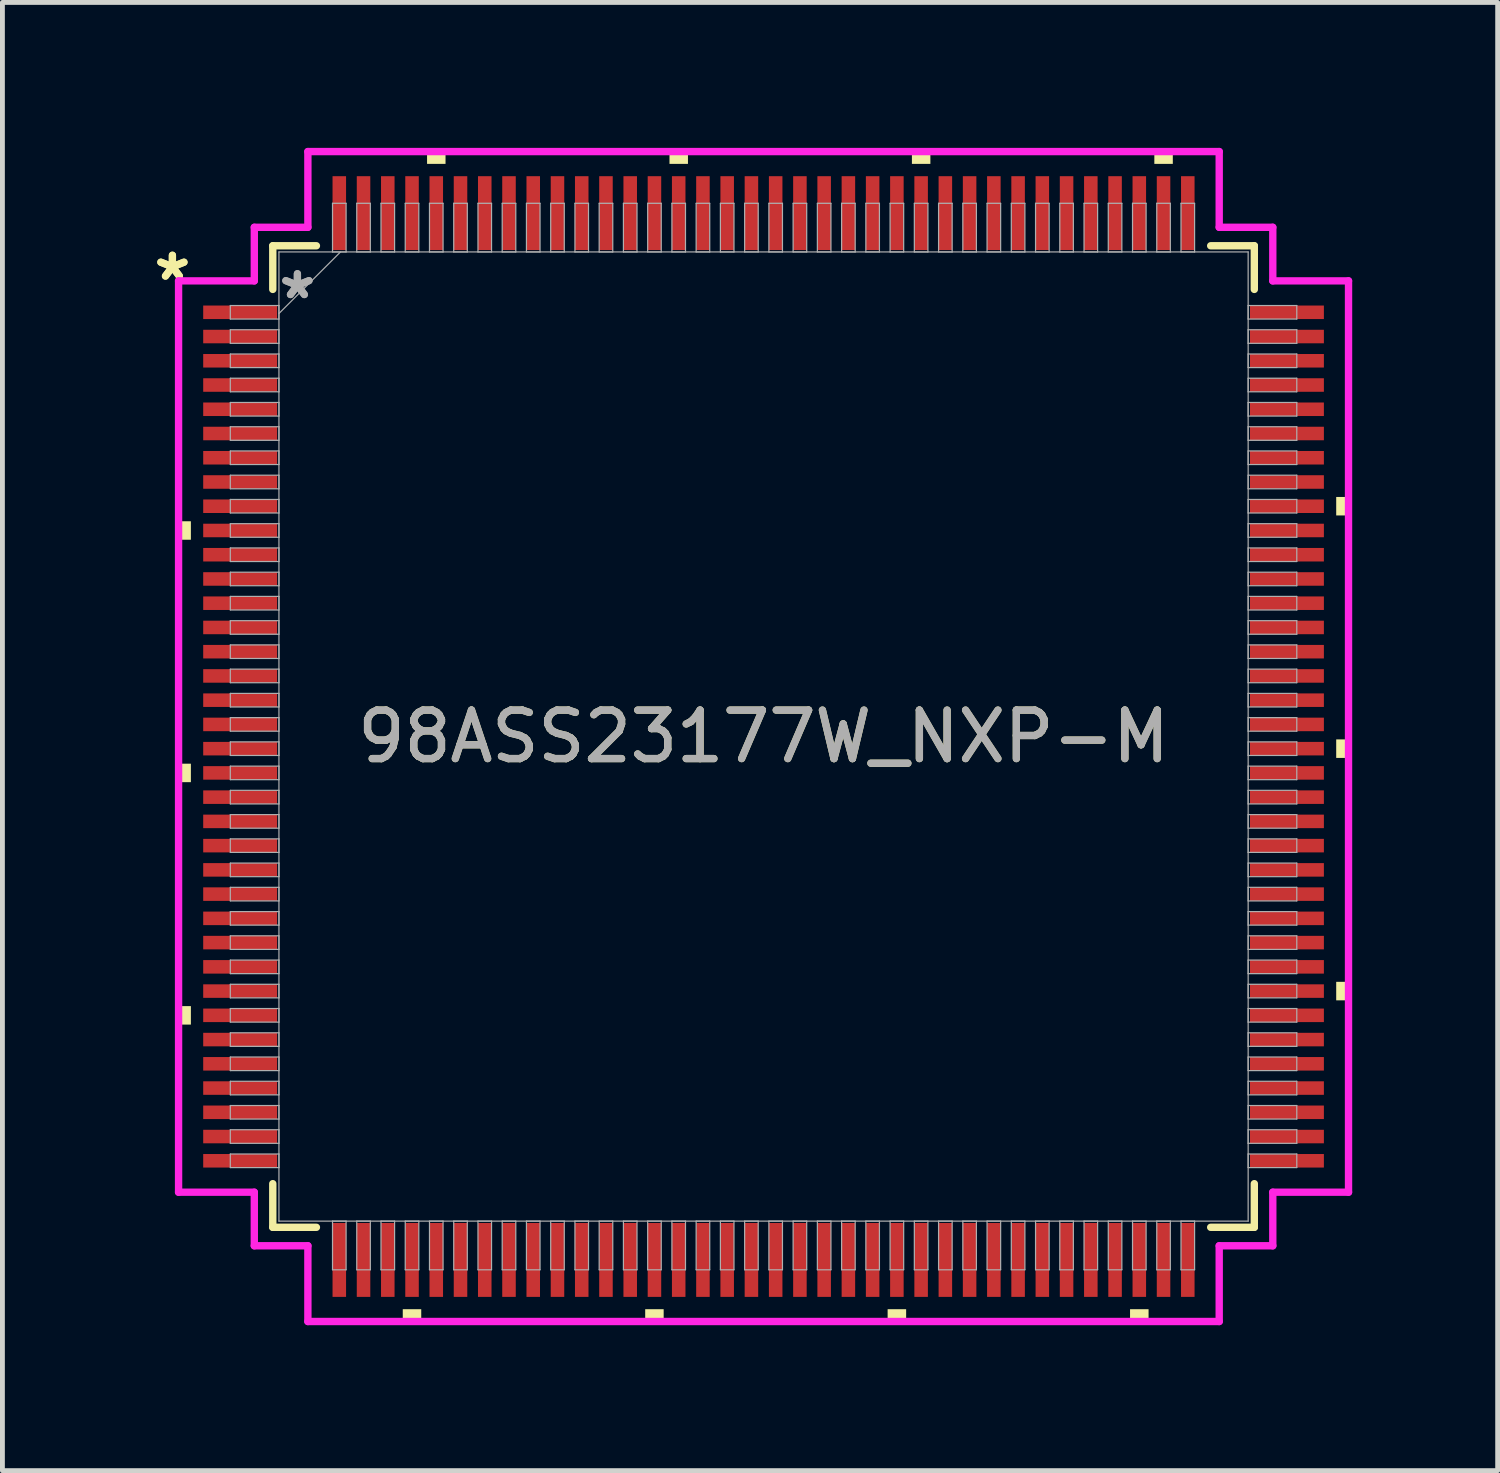
<source format=kicad_pcb>
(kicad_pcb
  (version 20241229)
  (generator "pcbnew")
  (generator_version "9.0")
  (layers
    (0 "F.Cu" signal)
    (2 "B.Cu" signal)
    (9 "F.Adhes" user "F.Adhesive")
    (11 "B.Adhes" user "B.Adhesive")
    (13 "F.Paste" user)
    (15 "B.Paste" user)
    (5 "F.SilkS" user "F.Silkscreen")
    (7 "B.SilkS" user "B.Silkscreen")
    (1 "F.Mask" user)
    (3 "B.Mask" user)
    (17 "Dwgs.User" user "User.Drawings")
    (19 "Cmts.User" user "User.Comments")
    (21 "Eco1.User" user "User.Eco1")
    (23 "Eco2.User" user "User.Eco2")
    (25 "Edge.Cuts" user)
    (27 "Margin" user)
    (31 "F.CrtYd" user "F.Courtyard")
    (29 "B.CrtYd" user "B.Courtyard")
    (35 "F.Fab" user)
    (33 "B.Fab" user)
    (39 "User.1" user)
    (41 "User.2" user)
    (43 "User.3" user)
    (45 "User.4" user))
  (footprint "98ASS23177W_NXP-M"
    (layer "F.Cu")
    (at 12.698 12.141)
    (property "Reference" "98ASS23177W_NXP-M" (at 0 0 0) (unlocked yes) (layer "F.SilkS") (effects (font (size 1 1) (thickness 0.15))))
    (attr smd)
    (fp_line (start -10.122 -10.122) (end -10.122 -9.222) (stroke (width 0.152) (type solid)) (layer "F.SilkS"))
    (fp_line (start -10.122 9.222) (end -10.122 10.122) (stroke (width 0.152) (type solid)) (layer "F.SilkS"))
    (fp_line (start -10.122 10.122) (end -9.222 10.122) (stroke (width 0.152) (type solid)) (layer "F.SilkS"))
    (fp_line (start -9.222 -10.122) (end -10.122 -10.122) (stroke (width 0.152) (type solid)) (layer "F.SilkS"))
    (fp_line (start 9.222 10.122) (end 10.122 10.122) (stroke (width 0.152) (type solid)) (layer "F.SilkS"))
    (fp_line (start 10.122 -10.122) (end 9.222 -10.122) (stroke (width 0.152) (type solid)) (layer "F.SilkS"))
    (fp_line (start 10.122 -9.222) (end 10.122 -10.122) (stroke (width 0.152) (type solid)) (layer "F.SilkS"))
    (fp_line (start 10.122 10.122) (end 10.122 9.222) (stroke (width 0.152) (type solid)) (layer "F.SilkS"))
    (fp_poly (pts (xy -12.065 -4.44) (xy -12.065 -4.059) (xy -11.811 -4.059) (xy -11.811 -4.44)) (stroke (width 0) (type solid)) (fill yes) (layer "F.SilkS"))
    (fp_poly (pts (xy -12.065 0.56) (xy -12.065 0.941) (xy -11.811 0.941) (xy -11.811 0.56)) (stroke (width 0) (type solid)) (fill yes) (layer "F.SilkS"))
    (fp_poly (pts (xy -12.065 5.56) (xy -12.065 5.941) (xy -11.811 5.941) (xy -11.811 5.56)) (stroke (width 0) (type solid)) (fill yes) (layer "F.SilkS"))
    (fp_poly (pts (xy -7.441 11.811) (xy -7.441 12.065) (xy -7.06 12.065) (xy -7.06 11.811)) (stroke (width 0) (type solid)) (fill yes) (layer "F.SilkS"))
    (fp_poly (pts (xy -6.94 -11.811) (xy -6.94 -12.065) (xy -6.559 -12.065) (xy -6.559 -11.811)) (stroke (width 0) (type solid)) (fill yes) (layer "F.SilkS"))
    (fp_poly (pts (xy -2.441 11.811) (xy -2.441 12.065) (xy -2.06 12.065) (xy -2.06 11.811)) (stroke (width 0) (type solid)) (fill yes) (layer "F.SilkS"))
    (fp_poly (pts (xy -1.94 -11.811) (xy -1.94 -12.065) (xy -1.559 -12.065) (xy -1.559 -11.811)) (stroke (width 0) (type solid)) (fill yes) (layer "F.SilkS"))
    (fp_poly (pts (xy 2.559 11.811) (xy 2.559 12.065) (xy 2.941 12.065) (xy 2.941 11.811)) (stroke (width 0) (type solid)) (fill yes) (layer "F.SilkS"))
    (fp_poly (pts (xy 3.06 -11.811) (xy 3.06 -12.065) (xy 3.441 -12.065) (xy 3.441 -11.811)) (stroke (width 0) (type solid)) (fill yes) (layer "F.SilkS"))
    (fp_poly (pts (xy 7.559 11.811) (xy 7.559 12.065) (xy 7.941 12.065) (xy 7.941 11.811)) (stroke (width 0) (type solid)) (fill yes) (layer "F.SilkS"))
    (fp_poly (pts (xy 8.06 -11.811) (xy 8.06 -12.065) (xy 8.441 -12.065) (xy 8.441 -11.811)) (stroke (width 0) (type solid)) (fill yes) (layer "F.SilkS"))
    (fp_poly (pts (xy 12.065 -4.941) (xy 12.065 -4.56) (xy 11.811 -4.56) (xy 11.811 -4.941)) (stroke (width 0) (type solid)) (fill yes) (layer "F.SilkS"))
    (fp_poly (pts (xy 12.065 0.059) (xy 12.065 0.441) (xy 11.811 0.441) (xy 11.811 0.059)) (stroke (width 0) (type solid)) (fill yes) (layer "F.SilkS"))
    (fp_poly (pts (xy 12.065 5.059) (xy 12.065 5.441) (xy 11.811 5.441) (xy 11.811 5.059)) (stroke (width 0) (type solid)) (fill yes) (layer "F.SilkS"))
    (fp_line (start -12.065 -9.398) (end -10.503 -9.398) (stroke (width 0.152) (type solid)) (layer "F.CrtYd"))
    (fp_line (start -12.065 9.398) (end -12.065 -9.398) (stroke (width 0.152) (type solid)) (layer "F.CrtYd"))
    (fp_line (start -10.503 -10.503) (end -9.398 -10.503) (stroke (width 0.152) (type solid)) (layer "F.CrtYd"))
    (fp_line (start -10.503 -9.398) (end -10.503 -10.503) (stroke (width 0.152) (type solid)) (layer "F.CrtYd"))
    (fp_line (start -10.503 9.398) (end -12.065 9.398) (stroke (width 0.152) (type solid)) (layer "F.CrtYd"))
    (fp_line (start -10.503 10.503) (end -10.503 9.398) (stroke (width 0.152) (type solid)) (layer "F.CrtYd"))
    (fp_line (start -10.503 10.503) (end -9.398 10.503) (stroke (width 0.152) (type solid)) (layer "F.CrtYd"))
    (fp_line (start -9.398 -12.065) (end 9.398 -12.065) (stroke (width 0.152) (type solid)) (layer "F.CrtYd"))
    (fp_line (start -9.398 -10.503) (end -9.398 -12.065) (stroke (width 0.152) (type solid)) (layer "F.CrtYd"))
    (fp_line (start -9.398 10.503) (end -9.398 12.065) (stroke (width 0.152) (type solid)) (layer "F.CrtYd"))
    (fp_line (start -9.398 12.065) (end 9.398 12.065) (stroke (width 0.152) (type solid)) (layer "F.CrtYd"))
    (fp_line (start 9.398 -12.065) (end 9.398 -10.503) (stroke (width 0.152) (type solid)) (layer "F.CrtYd"))
    (fp_line (start 9.398 -10.503) (end 10.503 -10.503) (stroke (width 0.152) (type solid)) (layer "F.CrtYd"))
    (fp_line (start 9.398 10.503) (end 10.503 10.503) (stroke (width 0.152) (type solid)) (layer "F.CrtYd"))
    (fp_line (start 9.398 12.065) (end 9.398 10.503) (stroke (width 0.152) (type solid)) (layer "F.CrtYd"))
    (fp_line (start 10.503 -9.398) (end 10.503 -10.503) (stroke (width 0.152) (type solid)) (layer "F.CrtYd"))
    (fp_line (start 10.503 9.398) (end 12.065 9.398) (stroke (width 0.152) (type solid)) (layer "F.CrtYd"))
    (fp_line (start 10.503 10.503) (end 10.503 9.398) (stroke (width 0.152) (type solid)) (layer "F.CrtYd"))
    (fp_line (start 12.065 -9.398) (end 10.503 -9.398) (stroke (width 0.152) (type solid)) (layer "F.CrtYd"))
    (fp_line (start 12.065 9.398) (end 12.065 -9.398) (stroke (width 0.152) (type solid)) (layer "F.CrtYd"))
    (fp_line (start -10.998 -8.89) (end -10.998 -8.61) (stroke (width 0.025) (type solid)) (layer "F.Fab"))
    (fp_line (start -10.998 -8.61) (end -9.995 -8.61) (stroke (width 0.025) (type solid)) (layer "F.Fab"))
    (fp_line (start -10.998 -8.39) (end -10.998 -8.11) (stroke (width 0.025) (type solid)) (layer "F.Fab"))
    (fp_line (start -10.998 -8.11) (end -9.995 -8.11) (stroke (width 0.025) (type solid)) (layer "F.Fab"))
    (fp_line (start -10.998 -7.89) (end -10.998 -7.61) (stroke (width 0.025) (type solid)) (layer "F.Fab"))
    (fp_line (start -10.998 -7.61) (end -9.995 -7.61) (stroke (width 0.025) (type solid)) (layer "F.Fab"))
    (fp_line (start -10.998 -7.39) (end -10.998 -7.11) (stroke (width 0.025) (type solid)) (layer "F.Fab"))
    (fp_line (start -10.998 -7.11) (end -9.995 -7.11) (stroke (width 0.025) (type solid)) (layer "F.Fab"))
    (fp_line (start -10.998 -6.89) (end -10.998 -6.61) (stroke (width 0.025) (type solid)) (layer "F.Fab"))
    (fp_line (start -10.998 -6.61) (end -9.995 -6.61) (stroke (width 0.025) (type solid)) (layer "F.Fab"))
    (fp_line (start -10.998 -6.39) (end -10.998 -6.11) (stroke (width 0.025) (type solid)) (layer "F.Fab"))
    (fp_line (start -10.998 -6.11) (end -9.995 -6.11) (stroke (width 0.025) (type solid)) (layer "F.Fab"))
    (fp_line (start -10.998 -5.89) (end -10.998 -5.61) (stroke (width 0.025) (type solid)) (layer "F.Fab"))
    (fp_line (start -10.998 -5.61) (end -9.995 -5.61) (stroke (width 0.025) (type solid)) (layer "F.Fab"))
    (fp_line (start -10.998 -5.39) (end -10.998 -5.11) (stroke (width 0.025) (type solid)) (layer "F.Fab"))
    (fp_line (start -10.998 -5.11) (end -9.995 -5.11) (stroke (width 0.025) (type solid)) (layer "F.Fab"))
    (fp_line (start -10.998 -4.89) (end -10.998 -4.61) (stroke (width 0.025) (type solid)) (layer "F.Fab"))
    (fp_line (start -10.998 -4.61) (end -9.995 -4.61) (stroke (width 0.025) (type solid)) (layer "F.Fab"))
    (fp_line (start -10.998 -4.39) (end -10.998 -4.11) (stroke (width 0.025) (type solid)) (layer "F.Fab"))
    (fp_line (start -10.998 -4.11) (end -9.995 -4.11) (stroke (width 0.025) (type solid)) (layer "F.Fab"))
    (fp_line (start -10.998 -3.89) (end -10.998 -3.61) (stroke (width 0.025) (type solid)) (layer "F.Fab"))
    (fp_line (start -10.998 -3.61) (end -9.995 -3.61) (stroke (width 0.025) (type solid)) (layer "F.Fab"))
    (fp_line (start -10.998 -3.39) (end -10.998 -3.11) (stroke (width 0.025) (type solid)) (layer "F.Fab"))
    (fp_line (start -10.998 -3.11) (end -9.995 -3.11) (stroke (width 0.025) (type solid)) (layer "F.Fab"))
    (fp_line (start -10.998 -2.89) (end -10.998 -2.61) (stroke (width 0.025) (type solid)) (layer "F.Fab"))
    (fp_line (start -10.998 -2.61) (end -9.995 -2.61) (stroke (width 0.025) (type solid)) (layer "F.Fab"))
    (fp_line (start -10.998 -2.39) (end -10.998 -2.11) (stroke (width 0.025) (type solid)) (layer "F.Fab"))
    (fp_line (start -10.998 -2.11) (end -9.995 -2.11) (stroke (width 0.025) (type solid)) (layer "F.Fab"))
    (fp_line (start -10.998 -1.89) (end -10.998 -1.61) (stroke (width 0.025) (type solid)) (layer "F.Fab"))
    (fp_line (start -10.998 -1.61) (end -9.995 -1.61) (stroke (width 0.025) (type solid)) (layer "F.Fab"))
    (fp_line (start -10.998 -1.39) (end -10.998 -1.11) (stroke (width 0.025) (type solid)) (layer "F.Fab"))
    (fp_line (start -10.998 -1.11) (end -9.995 -1.11) (stroke (width 0.025) (type solid)) (layer "F.Fab"))
    (fp_line (start -10.998 -0.89) (end -10.998 -0.61) (stroke (width 0.025) (type solid)) (layer "F.Fab"))
    (fp_line (start -10.998 -0.61) (end -9.995 -0.61) (stroke (width 0.025) (type solid)) (layer "F.Fab"))
    (fp_line (start -10.998 -0.39) (end -10.998 -0.11) (stroke (width 0.025) (type solid)) (layer "F.Fab"))
    (fp_line (start -10.998 -0.11) (end -9.995 -0.11) (stroke (width 0.025) (type solid)) (layer "F.Fab"))
    (fp_line (start -10.998 0.11) (end -10.998 0.39) (stroke (width 0.025) (type solid)) (layer "F.Fab"))
    (fp_line (start -10.998 0.39) (end -9.995 0.39) (stroke (width 0.025) (type solid)) (layer "F.Fab"))
    (fp_line (start -10.998 0.61) (end -10.998 0.89) (stroke (width 0.025) (type solid)) (layer "F.Fab"))
    (fp_line (start -10.998 0.89) (end -9.995 0.89) (stroke (width 0.025) (type solid)) (layer "F.Fab"))
    (fp_line (start -10.998 1.11) (end -10.998 1.39) (stroke (width 0.025) (type solid)) (layer "F.Fab"))
    (fp_line (start -10.998 1.39) (end -9.995 1.39) (stroke (width 0.025) (type solid)) (layer "F.Fab"))
    (fp_line (start -10.998 1.61) (end -10.998 1.89) (stroke (width 0.025) (type solid)) (layer "F.Fab"))
    (fp_line (start -10.998 1.89) (end -9.995 1.89) (stroke (width 0.025) (type solid)) (layer "F.Fab"))
    (fp_line (start -10.998 2.11) (end -10.998 2.39) (stroke (width 0.025) (type solid)) (layer "F.Fab"))
    (fp_line (start -10.998 2.39) (end -9.995 2.39) (stroke (width 0.025) (type solid)) (layer "F.Fab"))
    (fp_line (start -10.998 2.61) (end -10.998 2.89) (stroke (width 0.025) (type solid)) (layer "F.Fab"))
    (fp_line (start -10.998 2.89) (end -9.995 2.89) (stroke (width 0.025) (type solid)) (layer "F.Fab"))
    (fp_line (start -10.998 3.11) (end -10.998 3.39) (stroke (width 0.025) (type solid)) (layer "F.Fab"))
    (fp_line (start -10.998 3.39) (end -9.995 3.39) (stroke (width 0.025) (type solid)) (layer "F.Fab"))
    (fp_line (start -10.998 3.61) (end -10.998 3.89) (stroke (width 0.025) (type solid)) (layer "F.Fab"))
    (fp_line (start -10.998 3.89) (end -9.995 3.89) (stroke (width 0.025) (type solid)) (layer "F.Fab"))
    (fp_line (start -10.998 4.11) (end -10.998 4.39) (stroke (width 0.025) (type solid)) (layer "F.Fab"))
    (fp_line (start -10.998 4.39) (end -9.995 4.39) (stroke (width 0.025) (type solid)) (layer "F.Fab"))
    (fp_line (start -10.998 4.61) (end -10.998 4.89) (stroke (width 0.025) (type solid)) (layer "F.Fab"))
    (fp_line (start -10.998 4.89) (end -9.995 4.89) (stroke (width 0.025) (type solid)) (layer "F.Fab"))
    (fp_line (start -10.998 5.11) (end -10.998 5.39) (stroke (width 0.025) (type solid)) (layer "F.Fab"))
    (fp_line (start -10.998 5.39) (end -9.995 5.39) (stroke (width 0.025) (type solid)) (layer "F.Fab"))
    (fp_line (start -10.998 5.61) (end -10.998 5.89) (stroke (width 0.025) (type solid)) (layer "F.Fab"))
    (fp_line (start -10.998 5.89) (end -9.995 5.89) (stroke (width 0.025) (type solid)) (layer "F.Fab"))
    (fp_line (start -10.998 6.11) (end -10.998 6.39) (stroke (width 0.025) (type solid)) (layer "F.Fab"))
    (fp_line (start -10.998 6.39) (end -9.995 6.39) (stroke (width 0.025) (type solid)) (layer "F.Fab"))
    (fp_line (start -10.998 6.61) (end -10.998 6.89) (stroke (width 0.025) (type solid)) (layer "F.Fab"))
    (fp_line (start -10.998 6.89) (end -9.995 6.89) (stroke (width 0.025) (type solid)) (layer "F.Fab"))
    (fp_line (start -10.998 7.11) (end -10.998 7.39) (stroke (width 0.025) (type solid)) (layer "F.Fab"))
    (fp_line (start -10.998 7.39) (end -9.995 7.39) (stroke (width 0.025) (type solid)) (layer "F.Fab"))
    (fp_line (start -10.998 7.61) (end -10.998 7.89) (stroke (width 0.025) (type solid)) (layer "F.Fab"))
    (fp_line (start -10.998 7.89) (end -9.995 7.89) (stroke (width 0.025) (type solid)) (layer "F.Fab"))
    (fp_line (start -10.998 8.11) (end -10.998 8.39) (stroke (width 0.025) (type solid)) (layer "F.Fab"))
    (fp_line (start -10.998 8.39) (end -9.995 8.39) (stroke (width 0.025) (type solid)) (layer "F.Fab"))
    (fp_line (start -10.998 8.61) (end -10.998 8.89) (stroke (width 0.025) (type solid)) (layer "F.Fab"))
    (fp_line (start -10.998 8.89) (end -9.995 8.89) (stroke (width 0.025) (type solid)) (layer "F.Fab"))
    (fp_line (start -9.995 -9.995) (end -9.995 9.995) (stroke (width 0.025) (type solid)) (layer "F.Fab"))
    (fp_line (start -9.995 -8.89) (end -10.998 -8.89) (stroke (width 0.025) (type solid)) (layer "F.Fab"))
    (fp_line (start -9.995 -8.725) (end -8.725 -9.995) (stroke (width 0.025) (type solid)) (layer "F.Fab"))
    (fp_line (start -9.995 -8.61) (end -9.995 -8.89) (stroke (width 0.025) (type solid)) (layer "F.Fab"))
    (fp_line (start -9.995 -8.39) (end -10.998 -8.39) (stroke (width 0.025) (type solid)) (layer "F.Fab"))
    (fp_line (start -9.995 -8.11) (end -9.995 -8.39) (stroke (width 0.025) (type solid)) (layer "F.Fab"))
    (fp_line (start -9.995 -7.89) (end -10.998 -7.89) (stroke (width 0.025) (type solid)) (layer "F.Fab"))
    (fp_line (start -9.995 -7.61) (end -9.995 -7.89) (stroke (width 0.025) (type solid)) (layer "F.Fab"))
    (fp_line (start -9.995 -7.39) (end -10.998 -7.39) (stroke (width 0.025) (type solid)) (layer "F.Fab"))
    (fp_line (start -9.995 -7.11) (end -9.995 -7.39) (stroke (width 0.025) (type solid)) (layer "F.Fab"))
    (fp_line (start -9.995 -6.89) (end -10.998 -6.89) (stroke (width 0.025) (type solid)) (layer "F.Fab"))
    (fp_line (start -9.995 -6.61) (end -9.995 -6.89) (stroke (width 0.025) (type solid)) (layer "F.Fab"))
    (fp_line (start -9.995 -6.39) (end -10.998 -6.39) (stroke (width 0.025) (type solid)) (layer "F.Fab"))
    (fp_line (start -9.995 -6.11) (end -9.995 -6.39) (stroke (width 0.025) (type solid)) (layer "F.Fab"))
    (fp_line (start -9.995 -5.89) (end -10.998 -5.89) (stroke (width 0.025) (type solid)) (layer "F.Fab"))
    (fp_line (start -9.995 -5.61) (end -9.995 -5.89) (stroke (width 0.025) (type solid)) (layer "F.Fab"))
    (fp_line (start -9.995 -5.39) (end -10.998 -5.39) (stroke (width 0.025) (type solid)) (layer "F.Fab"))
    (fp_line (start -9.995 -5.11) (end -9.995 -5.39) (stroke (width 0.025) (type solid)) (layer "F.Fab"))
    (fp_line (start -9.995 -4.89) (end -10.998 -4.89) (stroke (width 0.025) (type solid)) (layer "F.Fab"))
    (fp_line (start -9.995 -4.61) (end -9.995 -4.89) (stroke (width 0.025) (type solid)) (layer "F.Fab"))
    (fp_line (start -9.995 -4.39) (end -10.998 -4.39) (stroke (width 0.025) (type solid)) (layer "F.Fab"))
    (fp_line (start -9.995 -4.11) (end -9.995 -4.39) (stroke (width 0.025) (type solid)) (layer "F.Fab"))
    (fp_line (start -9.995 -3.89) (end -10.998 -3.89) (stroke (width 0.025) (type solid)) (layer "F.Fab"))
    (fp_line (start -9.995 -3.61) (end -9.995 -3.89) (stroke (width 0.025) (type solid)) (layer "F.Fab"))
    (fp_line (start -9.995 -3.39) (end -10.998 -3.39) (stroke (width 0.025) (type solid)) (layer "F.Fab"))
    (fp_line (start -9.995 -3.11) (end -9.995 -3.39) (stroke (width 0.025) (type solid)) (layer "F.Fab"))
    (fp_line (start -9.995 -2.89) (end -10.998 -2.89) (stroke (width 0.025) (type solid)) (layer "F.Fab"))
    (fp_line (start -9.995 -2.61) (end -9.995 -2.89) (stroke (width 0.025) (type solid)) (layer "F.Fab"))
    (fp_line (start -9.995 -2.39) (end -10.998 -2.39) (stroke (width 0.025) (type solid)) (layer "F.Fab"))
    (fp_line (start -9.995 -2.11) (end -9.995 -2.39) (stroke (width 0.025) (type solid)) (layer "F.Fab"))
    (fp_line (start -9.995 -1.89) (end -10.998 -1.89) (stroke (width 0.025) (type solid)) (layer "F.Fab"))
    (fp_line (start -9.995 -1.61) (end -9.995 -1.89) (stroke (width 0.025) (type solid)) (layer "F.Fab"))
    (fp_line (start -9.995 -1.39) (end -10.998 -1.39) (stroke (width 0.025) (type solid)) (layer "F.Fab"))
    (fp_line (start -9.995 -1.11) (end -9.995 -1.39) (stroke (width 0.025) (type solid)) (layer "F.Fab"))
    (fp_line (start -9.995 -0.89) (end -10.998 -0.89) (stroke (width 0.025) (type solid)) (layer "F.Fab"))
    (fp_line (start -9.995 -0.61) (end -9.995 -0.89) (stroke (width 0.025) (type solid)) (layer "F.Fab"))
    (fp_line (start -9.995 -0.39) (end -10.998 -0.39) (stroke (width 0.025) (type solid)) (layer "F.Fab"))
    (fp_line (start -9.995 -0.11) (end -9.995 -0.39) (stroke (width 0.025) (type solid)) (layer "F.Fab"))
    (fp_line (start -9.995 0.11) (end -10.998 0.11) (stroke (width 0.025) (type solid)) (layer "F.Fab"))
    (fp_line (start -9.995 0.39) (end -9.995 0.11) (stroke (width 0.025) (type solid)) (layer "F.Fab"))
    (fp_line (start -9.995 0.61) (end -10.998 0.61) (stroke (width 0.025) (type solid)) (layer "F.Fab"))
    (fp_line (start -9.995 0.89) (end -9.995 0.61) (stroke (width 0.025) (type solid)) (layer "F.Fab"))
    (fp_line (start -9.995 1.11) (end -10.998 1.11) (stroke (width 0.025) (type solid)) (layer "F.Fab"))
    (fp_line (start -9.995 1.39) (end -9.995 1.11) (stroke (width 0.025) (type solid)) (layer "F.Fab"))
    (fp_line (start -9.995 1.61) (end -10.998 1.61) (stroke (width 0.025) (type solid)) (layer "F.Fab"))
    (fp_line (start -9.995 1.89) (end -9.995 1.61) (stroke (width 0.025) (type solid)) (layer "F.Fab"))
    (fp_line (start -9.995 2.11) (end -10.998 2.11) (stroke (width 0.025) (type solid)) (layer "F.Fab"))
    (fp_line (start -9.995 2.39) (end -9.995 2.11) (stroke (width 0.025) (type solid)) (layer "F.Fab"))
    (fp_line (start -9.995 2.61) (end -10.998 2.61) (stroke (width 0.025) (type solid)) (layer "F.Fab"))
    (fp_line (start -9.995 2.89) (end -9.995 2.61) (stroke (width 0.025) (type solid)) (layer "F.Fab"))
    (fp_line (start -9.995 3.11) (end -10.998 3.11) (stroke (width 0.025) (type solid)) (layer "F.Fab"))
    (fp_line (start -9.995 3.39) (end -9.995 3.11) (stroke (width 0.025) (type solid)) (layer "F.Fab"))
    (fp_line (start -9.995 3.61) (end -10.998 3.61) (stroke (width 0.025) (type solid)) (layer "F.Fab"))
    (fp_line (start -9.995 3.89) (end -9.995 3.61) (stroke (width 0.025) (type solid)) (layer "F.Fab"))
    (fp_line (start -9.995 4.11) (end -10.998 4.11) (stroke (width 0.025) (type solid)) (layer "F.Fab"))
    (fp_line (start -9.995 4.39) (end -9.995 4.11) (stroke (width 0.025) (type solid)) (layer "F.Fab"))
    (fp_line (start -9.995 4.61) (end -10.998 4.61) (stroke (width 0.025) (type solid)) (layer "F.Fab"))
    (fp_line (start -9.995 4.89) (end -9.995 4.61) (stroke (width 0.025) (type solid)) (layer "F.Fab"))
    (fp_line (start -9.995 5.11) (end -10.998 5.11) (stroke (width 0.025) (type solid)) (layer "F.Fab"))
    (fp_line (start -9.995 5.39) (end -9.995 5.11) (stroke (width 0.025) (type solid)) (layer "F.Fab"))
    (fp_line (start -9.995 5.61) (end -10.998 5.61) (stroke (width 0.025) (type solid)) (layer "F.Fab"))
    (fp_line (start -9.995 5.89) (end -9.995 5.61) (stroke (width 0.025) (type solid)) (layer "F.Fab"))
    (fp_line (start -9.995 6.11) (end -10.998 6.11) (stroke (width 0.025) (type solid)) (layer "F.Fab"))
    (fp_line (start -9.995 6.39) (end -9.995 6.11) (stroke (width 0.025) (type solid)) (layer "F.Fab"))
    (fp_line (start -9.995 6.61) (end -10.998 6.61) (stroke (width 0.025) (type solid)) (layer "F.Fab"))
    (fp_line (start -9.995 6.89) (end -9.995 6.61) (stroke (width 0.025) (type solid)) (layer "F.Fab"))
    (fp_line (start -9.995 7.11) (end -10.998 7.11) (stroke (width 0.025) (type solid)) (layer "F.Fab"))
    (fp_line (start -9.995 7.39) (end -9.995 7.11) (stroke (width 0.025) (type solid)) (layer "F.Fab"))
    (fp_line (start -9.995 7.61) (end -10.998 7.61) (stroke (width 0.025) (type solid)) (layer "F.Fab"))
    (fp_line (start -9.995 7.89) (end -9.995 7.61) (stroke (width 0.025) (type solid)) (layer "F.Fab"))
    (fp_line (start -9.995 8.11) (end -10.998 8.11) (stroke (width 0.025) (type solid)) (layer "F.Fab"))
    (fp_line (start -9.995 8.39) (end -9.995 8.11) (stroke (width 0.025) (type solid)) (layer "F.Fab"))
    (fp_line (start -9.995 8.61) (end -10.998 8.61) (stroke (width 0.025) (type solid)) (layer "F.Fab"))
    (fp_line (start -9.995 8.89) (end -9.995 8.61) (stroke (width 0.025) (type solid)) (layer "F.Fab"))
    (fp_line (start -9.995 9.995) (end 9.995 9.995) (stroke (width 0.025) (type solid)) (layer "F.Fab"))
    (fp_line (start -8.89 -10.998) (end -8.89 -9.995) (stroke (width 0.025) (type solid)) (layer "F.Fab"))
    (fp_line (start -8.89 -9.995) (end -8.61 -9.995) (stroke (width 0.025) (type solid)) (layer "F.Fab"))
    (fp_line (start -8.89 9.995) (end -8.89 10.998) (stroke (width 0.025) (type solid)) (layer "F.Fab"))
    (fp_line (start -8.89 10.998) (end -8.61 10.998) (stroke (width 0.025) (type solid)) (layer "F.Fab"))
    (fp_line (start -8.61 -10.998) (end -8.89 -10.998) (stroke (width 0.025) (type solid)) (layer "F.Fab"))
    (fp_line (start -8.61 -9.995) (end -8.61 -10.998) (stroke (width 0.025) (type solid)) (layer "F.Fab"))
    (fp_line (start -8.61 9.995) (end -8.89 9.995) (stroke (width 0.025) (type solid)) (layer "F.Fab"))
    (fp_line (start -8.61 10.998) (end -8.61 9.995) (stroke (width 0.025) (type solid)) (layer "F.Fab"))
    (fp_line (start -8.39 -10.998) (end -8.39 -9.995) (stroke (width 0.025) (type solid)) (layer "F.Fab"))
    (fp_line (start -8.39 -9.995) (end -8.11 -9.995) (stroke (width 0.025) (type solid)) (layer "F.Fab"))
    (fp_line (start -8.39 9.995) (end -8.39 10.998) (stroke (width 0.025) (type solid)) (layer "F.Fab"))
    (fp_line (start -8.39 10.998) (end -8.11 10.998) (stroke (width 0.025) (type solid)) (layer "F.Fab"))
    (fp_line (start -8.11 -10.998) (end -8.39 -10.998) (stroke (width 0.025) (type solid)) (layer "F.Fab"))
    (fp_line (start -8.11 -9.995) (end -8.11 -10.998) (stroke (width 0.025) (type solid)) (layer "F.Fab"))
    (fp_line (start -8.11 9.995) (end -8.39 9.995) (stroke (width 0.025) (type solid)) (layer "F.Fab"))
    (fp_line (start -8.11 10.998) (end -8.11 9.995) (stroke (width 0.025) (type solid)) (layer "F.Fab"))
    (fp_line (start -7.89 -10.998) (end -7.89 -9.995) (stroke (width 0.025) (type solid)) (layer "F.Fab"))
    (fp_line (start -7.89 -9.995) (end -7.61 -9.995) (stroke (width 0.025) (type solid)) (layer "F.Fab"))
    (fp_line (start -7.89 9.995) (end -7.89 10.998) (stroke (width 0.025) (type solid)) (layer "F.Fab"))
    (fp_line (start -7.89 10.998) (end -7.61 10.998) (stroke (width 0.025) (type solid)) (layer "F.Fab"))
    (fp_line (start -7.61 -10.998) (end -7.89 -10.998) (stroke (width 0.025) (type solid)) (layer "F.Fab"))
    (fp_line (start -7.61 -9.995) (end -7.61 -10.998) (stroke (width 0.025) (type solid)) (layer "F.Fab"))
    (fp_line (start -7.61 9.995) (end -7.89 9.995) (stroke (width 0.025) (type solid)) (layer "F.Fab"))
    (fp_line (start -7.61 10.998) (end -7.61 9.995) (stroke (width 0.025) (type solid)) (layer "F.Fab"))
    (fp_line (start -7.39 -10.998) (end -7.39 -9.995) (stroke (width 0.025) (type solid)) (layer "F.Fab"))
    (fp_line (start -7.39 -9.995) (end -7.11 -9.995) (stroke (width 0.025) (type solid)) (layer "F.Fab"))
    (fp_line (start -7.39 9.995) (end -7.39 10.998) (stroke (width 0.025) (type solid)) (layer "F.Fab"))
    (fp_line (start -7.39 10.998) (end -7.11 10.998) (stroke (width 0.025) (type solid)) (layer "F.Fab"))
    (fp_line (start -7.11 -10.998) (end -7.39 -10.998) (stroke (width 0.025) (type solid)) (layer "F.Fab"))
    (fp_line (start -7.11 -9.995) (end -7.11 -10.998) (stroke (width 0.025) (type solid)) (layer "F.Fab"))
    (fp_line (start -7.11 9.995) (end -7.39 9.995) (stroke (width 0.025) (type solid)) (layer "F.Fab"))
    (fp_line (start -7.11 10.998) (end -7.11 9.995) (stroke (width 0.025) (type solid)) (layer "F.Fab"))
    (fp_line (start -6.89 -10.998) (end -6.89 -9.995) (stroke (width 0.025) (type solid)) (layer "F.Fab"))
    (fp_line (start -6.89 -9.995) (end -6.61 -9.995) (stroke (width 0.025) (type solid)) (layer "F.Fab"))
    (fp_line (start -6.89 9.995) (end -6.89 10.998) (stroke (width 0.025) (type solid)) (layer "F.Fab"))
    (fp_line (start -6.89 10.998) (end -6.61 10.998) (stroke (width 0.025) (type solid)) (layer "F.Fab"))
    (fp_line (start -6.61 -10.998) (end -6.89 -10.998) (stroke (width 0.025) (type solid)) (layer "F.Fab"))
    (fp_line (start -6.61 -9.995) (end -6.61 -10.998) (stroke (width 0.025) (type solid)) (layer "F.Fab"))
    (fp_line (start -6.61 9.995) (end -6.89 9.995) (stroke (width 0.025) (type solid)) (layer "F.Fab"))
    (fp_line (start -6.61 10.998) (end -6.61 9.995) (stroke (width 0.025) (type solid)) (layer "F.Fab"))
    (fp_line (start -6.39 -10.998) (end -6.39 -9.995) (stroke (width 0.025) (type solid)) (layer "F.Fab"))
    (fp_line (start -6.39 -9.995) (end -6.11 -9.995) (stroke (width 0.025) (type solid)) (layer "F.Fab"))
    (fp_line (start -6.39 9.995) (end -6.39 10.998) (stroke (width 0.025) (type solid)) (layer "F.Fab"))
    (fp_line (start -6.39 10.998) (end -6.11 10.998) (stroke (width 0.025) (type solid)) (layer "F.Fab"))
    (fp_line (start -6.11 -10.998) (end -6.39 -10.998) (stroke (width 0.025) (type solid)) (layer "F.Fab"))
    (fp_line (start -6.11 -9.995) (end -6.11 -10.998) (stroke (width 0.025) (type solid)) (layer "F.Fab"))
    (fp_line (start -6.11 9.995) (end -6.39 9.995) (stroke (width 0.025) (type solid)) (layer "F.Fab"))
    (fp_line (start -6.11 10.998) (end -6.11 9.995) (stroke (width 0.025) (type solid)) (layer "F.Fab"))
    (fp_line (start -5.89 -10.998) (end -5.89 -9.995) (stroke (width 0.025) (type solid)) (layer "F.Fab"))
    (fp_line (start -5.89 -9.995) (end -5.61 -9.995) (stroke (width 0.025) (type solid)) (layer "F.Fab"))
    (fp_line (start -5.89 9.995) (end -5.89 10.998) (stroke (width 0.025) (type solid)) (layer "F.Fab"))
    (fp_line (start -5.89 10.998) (end -5.61 10.998) (stroke (width 0.025) (type solid)) (layer "F.Fab"))
    (fp_line (start -5.61 -10.998) (end -5.89 -10.998) (stroke (width 0.025) (type solid)) (layer "F.Fab"))
    (fp_line (start -5.61 -9.995) (end -5.61 -10.998) (stroke (width 0.025) (type solid)) (layer "F.Fab"))
    (fp_line (start -5.61 9.995) (end -5.89 9.995) (stroke (width 0.025) (type solid)) (layer "F.Fab"))
    (fp_line (start -5.61 10.998) (end -5.61 9.995) (stroke (width 0.025) (type solid)) (layer "F.Fab"))
    (fp_line (start -5.39 -10.998) (end -5.39 -9.995) (stroke (width 0.025) (type solid)) (layer "F.Fab"))
    (fp_line (start -5.39 -9.995) (end -5.11 -9.995) (stroke (width 0.025) (type solid)) (layer "F.Fab"))
    (fp_line (start -5.39 9.995) (end -5.39 10.998) (stroke (width 0.025) (type solid)) (layer "F.Fab"))
    (fp_line (start -5.39 10.998) (end -5.11 10.998) (stroke (width 0.025) (type solid)) (layer "F.Fab"))
    (fp_line (start -5.11 -10.998) (end -5.39 -10.998) (stroke (width 0.025) (type solid)) (layer "F.Fab"))
    (fp_line (start -5.11 -9.995) (end -5.11 -10.998) (stroke (width 0.025) (type solid)) (layer "F.Fab"))
    (fp_line (start -5.11 9.995) (end -5.39 9.995) (stroke (width 0.025) (type solid)) (layer "F.Fab"))
    (fp_line (start -5.11 10.998) (end -5.11 9.995) (stroke (width 0.025) (type solid)) (layer "F.Fab"))
    (fp_line (start -4.89 -10.998) (end -4.89 -9.995) (stroke (width 0.025) (type solid)) (layer "F.Fab"))
    (fp_line (start -4.89 -9.995) (end -4.61 -9.995) (stroke (width 0.025) (type solid)) (layer "F.Fab"))
    (fp_line (start -4.89 9.995) (end -4.89 10.998) (stroke (width 0.025) (type solid)) (layer "F.Fab"))
    (fp_line (start -4.89 10.998) (end -4.61 10.998) (stroke (width 0.025) (type solid)) (layer "F.Fab"))
    (fp_line (start -4.61 -10.998) (end -4.89 -10.998) (stroke (width 0.025) (type solid)) (layer "F.Fab"))
    (fp_line (start -4.61 -9.995) (end -4.61 -10.998) (stroke (width 0.025) (type solid)) (layer "F.Fab"))
    (fp_line (start -4.61 9.995) (end -4.89 9.995) (stroke (width 0.025) (type solid)) (layer "F.Fab"))
    (fp_line (start -4.61 10.998) (end -4.61 9.995) (stroke (width 0.025) (type solid)) (layer "F.Fab"))
    (fp_line (start -4.39 -10.998) (end -4.39 -9.995) (stroke (width 0.025) (type solid)) (layer "F.Fab"))
    (fp_line (start -4.39 -9.995) (end -4.11 -9.995) (stroke (width 0.025) (type solid)) (layer "F.Fab"))
    (fp_line (start -4.39 9.995) (end -4.39 10.998) (stroke (width 0.025) (type solid)) (layer "F.Fab"))
    (fp_line (start -4.39 10.998) (end -4.11 10.998) (stroke (width 0.025) (type solid)) (layer "F.Fab"))
    (fp_line (start -4.11 -10.998) (end -4.39 -10.998) (stroke (width 0.025) (type solid)) (layer "F.Fab"))
    (fp_line (start -4.11 -9.995) (end -4.11 -10.998) (stroke (width 0.025) (type solid)) (layer "F.Fab"))
    (fp_line (start -4.11 9.995) (end -4.39 9.995) (stroke (width 0.025) (type solid)) (layer "F.Fab"))
    (fp_line (start -4.11 10.998) (end -4.11 9.995) (stroke (width 0.025) (type solid)) (layer "F.Fab"))
    (fp_line (start -3.89 -10.998) (end -3.89 -9.995) (stroke (width 0.025) (type solid)) (layer "F.Fab"))
    (fp_line (start -3.89 -9.995) (end -3.61 -9.995) (stroke (width 0.025) (type solid)) (layer "F.Fab"))
    (fp_line (start -3.89 9.995) (end -3.89 10.998) (stroke (width 0.025) (type solid)) (layer "F.Fab"))
    (fp_line (start -3.89 10.998) (end -3.61 10.998) (stroke (width 0.025) (type solid)) (layer "F.Fab"))
    (fp_line (start -3.61 -10.998) (end -3.89 -10.998) (stroke (width 0.025) (type solid)) (layer "F.Fab"))
    (fp_line (start -3.61 -9.995) (end -3.61 -10.998) (stroke (width 0.025) (type solid)) (layer "F.Fab"))
    (fp_line (start -3.61 9.995) (end -3.89 9.995) (stroke (width 0.025) (type solid)) (layer "F.Fab"))
    (fp_line (start -3.61 10.998) (end -3.61 9.995) (stroke (width 0.025) (type solid)) (layer "F.Fab"))
    (fp_line (start -3.39 -10.998) (end -3.39 -9.995) (stroke (width 0.025) (type solid)) (layer "F.Fab"))
    (fp_line (start -3.39 -9.995) (end -3.11 -9.995) (stroke (width 0.025) (type solid)) (layer "F.Fab"))
    (fp_line (start -3.39 9.995) (end -3.39 10.998) (stroke (width 0.025) (type solid)) (layer "F.Fab"))
    (fp_line (start -3.39 10.998) (end -3.11 10.998) (stroke (width 0.025) (type solid)) (layer "F.Fab"))
    (fp_line (start -3.11 -10.998) (end -3.39 -10.998) (stroke (width 0.025) (type solid)) (layer "F.Fab"))
    (fp_line (start -3.11 -9.995) (end -3.11 -10.998) (stroke (width 0.025) (type solid)) (layer "F.Fab"))
    (fp_line (start -3.11 9.995) (end -3.39 9.995) (stroke (width 0.025) (type solid)) (layer "F.Fab"))
    (fp_line (start -3.11 10.998) (end -3.11 9.995) (stroke (width 0.025) (type solid)) (layer "F.Fab"))
    (fp_line (start -2.89 -10.998) (end -2.89 -9.995) (stroke (width 0.025) (type solid)) (layer "F.Fab"))
    (fp_line (start -2.89 -9.995) (end -2.61 -9.995) (stroke (width 0.025) (type solid)) (layer "F.Fab"))
    (fp_line (start -2.89 9.995) (end -2.89 10.998) (stroke (width 0.025) (type solid)) (layer "F.Fab"))
    (fp_line (start -2.89 10.998) (end -2.61 10.998) (stroke (width 0.025) (type solid)) (layer "F.Fab"))
    (fp_line (start -2.61 -10.998) (end -2.89 -10.998) (stroke (width 0.025) (type solid)) (layer "F.Fab"))
    (fp_line (start -2.61 -9.995) (end -2.61 -10.998) (stroke (width 0.025) (type solid)) (layer "F.Fab"))
    (fp_line (start -2.61 9.995) (end -2.89 9.995) (stroke (width 0.025) (type solid)) (layer "F.Fab"))
    (fp_line (start -2.61 10.998) (end -2.61 9.995) (stroke (width 0.025) (type solid)) (layer "F.Fab"))
    (fp_line (start -2.39 -10.998) (end -2.39 -9.995) (stroke (width 0.025) (type solid)) (layer "F.Fab"))
    (fp_line (start -2.39 -9.995) (end -2.11 -9.995) (stroke (width 0.025) (type solid)) (layer "F.Fab"))
    (fp_line (start -2.39 9.995) (end -2.39 10.998) (stroke (width 0.025) (type solid)) (layer "F.Fab"))
    (fp_line (start -2.39 10.998) (end -2.11 10.998) (stroke (width 0.025) (type solid)) (layer "F.Fab"))
    (fp_line (start -2.11 -10.998) (end -2.39 -10.998) (stroke (width 0.025) (type solid)) (layer "F.Fab"))
    (fp_line (start -2.11 -9.995) (end -2.11 -10.998) (stroke (width 0.025) (type solid)) (layer "F.Fab"))
    (fp_line (start -2.11 9.995) (end -2.39 9.995) (stroke (width 0.025) (type solid)) (layer "F.Fab"))
    (fp_line (start -2.11 10.998) (end -2.11 9.995) (stroke (width 0.025) (type solid)) (layer "F.Fab"))
    (fp_line (start -1.89 -10.998) (end -1.89 -9.995) (stroke (width 0.025) (type solid)) (layer "F.Fab"))
    (fp_line (start -1.89 -9.995) (end -1.61 -9.995) (stroke (width 0.025) (type solid)) (layer "F.Fab"))
    (fp_line (start -1.89 9.995) (end -1.89 10.998) (stroke (width 0.025) (type solid)) (layer "F.Fab"))
    (fp_line (start -1.89 10.998) (end -1.61 10.998) (stroke (width 0.025) (type solid)) (layer "F.Fab"))
    (fp_line (start -1.61 -10.998) (end -1.89 -10.998) (stroke (width 0.025) (type solid)) (layer "F.Fab"))
    (fp_line (start -1.61 -9.995) (end -1.61 -10.998) (stroke (width 0.025) (type solid)) (layer "F.Fab"))
    (fp_line (start -1.61 9.995) (end -1.89 9.995) (stroke (width 0.025) (type solid)) (layer "F.Fab"))
    (fp_line (start -1.61 10.998) (end -1.61 9.995) (stroke (width 0.025) (type solid)) (layer "F.Fab"))
    (fp_line (start -1.39 -10.998) (end -1.39 -9.995) (stroke (width 0.025) (type solid)) (layer "F.Fab"))
    (fp_line (start -1.39 -9.995) (end -1.11 -9.995) (stroke (width 0.025) (type solid)) (layer "F.Fab"))
    (fp_line (start -1.39 9.995) (end -1.39 10.998) (stroke (width 0.025) (type solid)) (layer "F.Fab"))
    (fp_line (start -1.39 10.998) (end -1.11 10.998) (stroke (width 0.025) (type solid)) (layer "F.Fab"))
    (fp_line (start -1.11 -10.998) (end -1.39 -10.998) (stroke (width 0.025) (type solid)) (layer "F.Fab"))
    (fp_line (start -1.11 -9.995) (end -1.11 -10.998) (stroke (width 0.025) (type solid)) (layer "F.Fab"))
    (fp_line (start -1.11 9.995) (end -1.39 9.995) (stroke (width 0.025) (type solid)) (layer "F.Fab"))
    (fp_line (start -1.11 10.998) (end -1.11 9.995) (stroke (width 0.025) (type solid)) (layer "F.Fab"))
    (fp_line (start -0.89 -10.998) (end -0.89 -9.995) (stroke (width 0.025) (type solid)) (layer "F.Fab"))
    (fp_line (start -0.89 -9.995) (end -0.61 -9.995) (stroke (width 0.025) (type solid)) (layer "F.Fab"))
    (fp_line (start -0.89 9.995) (end -0.89 10.998) (stroke (width 0.025) (type solid)) (layer "F.Fab"))
    (fp_line (start -0.89 10.998) (end -0.61 10.998) (stroke (width 0.025) (type solid)) (layer "F.Fab"))
    (fp_line (start -0.61 -10.998) (end -0.89 -10.998) (stroke (width 0.025) (type solid)) (layer "F.Fab"))
    (fp_line (start -0.61 -9.995) (end -0.61 -10.998) (stroke (width 0.025) (type solid)) (layer "F.Fab"))
    (fp_line (start -0.61 9.995) (end -0.89 9.995) (stroke (width 0.025) (type solid)) (layer "F.Fab"))
    (fp_line (start -0.61 10.998) (end -0.61 9.995) (stroke (width 0.025) (type solid)) (layer "F.Fab"))
    (fp_line (start -0.39 -10.998) (end -0.39 -9.995) (stroke (width 0.025) (type solid)) (layer "F.Fab"))
    (fp_line (start -0.39 -9.995) (end -0.11 -9.995) (stroke (width 0.025) (type solid)) (layer "F.Fab"))
    (fp_line (start -0.39 9.995) (end -0.39 10.998) (stroke (width 0.025) (type solid)) (layer "F.Fab"))
    (fp_line (start -0.39 10.998) (end -0.11 10.998) (stroke (width 0.025) (type solid)) (layer "F.Fab"))
    (fp_line (start -0.11 -10.998) (end -0.39 -10.998) (stroke (width 0.025) (type solid)) (layer "F.Fab"))
    (fp_line (start -0.11 -9.995) (end -0.11 -10.998) (stroke (width 0.025) (type solid)) (layer "F.Fab"))
    (fp_line (start -0.11 9.995) (end -0.39 9.995) (stroke (width 0.025) (type solid)) (layer "F.Fab"))
    (fp_line (start -0.11 10.998) (end -0.11 9.995) (stroke (width 0.025) (type solid)) (layer "F.Fab"))
    (fp_line (start 0.11 -10.998) (end 0.11 -9.995) (stroke (width 0.025) (type solid)) (layer "F.Fab"))
    (fp_line (start 0.11 -9.995) (end 0.39 -9.995) (stroke (width 0.025) (type solid)) (layer "F.Fab"))
    (fp_line (start 0.11 9.995) (end 0.11 10.998) (stroke (width 0.025) (type solid)) (layer "F.Fab"))
    (fp_line (start 0.11 10.998) (end 0.39 10.998) (stroke (width 0.025) (type solid)) (layer "F.Fab"))
    (fp_line (start 0.39 -10.998) (end 0.11 -10.998) (stroke (width 0.025) (type solid)) (layer "F.Fab"))
    (fp_line (start 0.39 -9.995) (end 0.39 -10.998) (stroke (width 0.025) (type solid)) (layer "F.Fab"))
    (fp_line (start 0.39 9.995) (end 0.11 9.995) (stroke (width 0.025) (type solid)) (layer "F.Fab"))
    (fp_line (start 0.39 10.998) (end 0.39 9.995) (stroke (width 0.025) (type solid)) (layer "F.Fab"))
    (fp_line (start 0.61 -10.998) (end 0.61 -9.995) (stroke (width 0.025) (type solid)) (layer "F.Fab"))
    (fp_line (start 0.61 -9.995) (end 0.89 -9.995) (stroke (width 0.025) (type solid)) (layer "F.Fab"))
    (fp_line (start 0.61 9.995) (end 0.61 10.998) (stroke (width 0.025) (type solid)) (layer "F.Fab"))
    (fp_line (start 0.61 10.998) (end 0.89 10.998) (stroke (width 0.025) (type solid)) (layer "F.Fab"))
    (fp_line (start 0.89 -10.998) (end 0.61 -10.998) (stroke (width 0.025) (type solid)) (layer "F.Fab"))
    (fp_line (start 0.89 -9.995) (end 0.89 -10.998) (stroke (width 0.025) (type solid)) (layer "F.Fab"))
    (fp_line (start 0.89 9.995) (end 0.61 9.995) (stroke (width 0.025) (type solid)) (layer "F.Fab"))
    (fp_line (start 0.89 10.998) (end 0.89 9.995) (stroke (width 0.025) (type solid)) (layer "F.Fab"))
    (fp_line (start 1.11 -10.998) (end 1.11 -9.995) (stroke (width 0.025) (type solid)) (layer "F.Fab"))
    (fp_line (start 1.11 -9.995) (end 1.39 -9.995) (stroke (width 0.025) (type solid)) (layer "F.Fab"))
    (fp_line (start 1.11 9.995) (end 1.11 10.998) (stroke (width 0.025) (type solid)) (layer "F.Fab"))
    (fp_line (start 1.11 10.998) (end 1.39 10.998) (stroke (width 0.025) (type solid)) (layer "F.Fab"))
    (fp_line (start 1.39 -10.998) (end 1.11 -10.998) (stroke (width 0.025) (type solid)) (layer "F.Fab"))
    (fp_line (start 1.39 -9.995) (end 1.39 -10.998) (stroke (width 0.025) (type solid)) (layer "F.Fab"))
    (fp_line (start 1.39 9.995) (end 1.11 9.995) (stroke (width 0.025) (type solid)) (layer "F.Fab"))
    (fp_line (start 1.39 10.998) (end 1.39 9.995) (stroke (width 0.025) (type solid)) (layer "F.Fab"))
    (fp_line (start 1.61 -10.998) (end 1.61 -9.995) (stroke (width 0.025) (type solid)) (layer "F.Fab"))
    (fp_line (start 1.61 -9.995) (end 1.89 -9.995) (stroke (width 0.025) (type solid)) (layer "F.Fab"))
    (fp_line (start 1.61 9.995) (end 1.61 10.998) (stroke (width 0.025) (type solid)) (layer "F.Fab"))
    (fp_line (start 1.61 10.998) (end 1.89 10.998) (stroke (width 0.025) (type solid)) (layer "F.Fab"))
    (fp_line (start 1.89 -10.998) (end 1.61 -10.998) (stroke (width 0.025) (type solid)) (layer "F.Fab"))
    (fp_line (start 1.89 -9.995) (end 1.89 -10.998) (stroke (width 0.025) (type solid)) (layer "F.Fab"))
    (fp_line (start 1.89 9.995) (end 1.61 9.995) (stroke (width 0.025) (type solid)) (layer "F.Fab"))
    (fp_line (start 1.89 10.998) (end 1.89 9.995) (stroke (width 0.025) (type solid)) (layer "F.Fab"))
    (fp_line (start 2.11 -10.998) (end 2.11 -9.995) (stroke (width 0.025) (type solid)) (layer "F.Fab"))
    (fp_line (start 2.11 -9.995) (end 2.39 -9.995) (stroke (width 0.025) (type solid)) (layer "F.Fab"))
    (fp_line (start 2.11 9.995) (end 2.11 10.998) (stroke (width 0.025) (type solid)) (layer "F.Fab"))
    (fp_line (start 2.11 10.998) (end 2.39 10.998) (stroke (width 0.025) (type solid)) (layer "F.Fab"))
    (fp_line (start 2.39 -10.998) (end 2.11 -10.998) (stroke (width 0.025) (type solid)) (layer "F.Fab"))
    (fp_line (start 2.39 -9.995) (end 2.39 -10.998) (stroke (width 0.025) (type solid)) (layer "F.Fab"))
    (fp_line (start 2.39 9.995) (end 2.11 9.995) (stroke (width 0.025) (type solid)) (layer "F.Fab"))
    (fp_line (start 2.39 10.998) (end 2.39 9.995) (stroke (width 0.025) (type solid)) (layer "F.Fab"))
    (fp_line (start 2.61 -10.998) (end 2.61 -9.995) (stroke (width 0.025) (type solid)) (layer "F.Fab"))
    (fp_line (start 2.61 -9.995) (end 2.89 -9.995) (stroke (width 0.025) (type solid)) (layer "F.Fab"))
    (fp_line (start 2.61 9.995) (end 2.61 10.998) (stroke (width 0.025) (type solid)) (layer "F.Fab"))
    (fp_line (start 2.61 10.998) (end 2.89 10.998) (stroke (width 0.025) (type solid)) (layer "F.Fab"))
    (fp_line (start 2.89 -10.998) (end 2.61 -10.998) (stroke (width 0.025) (type solid)) (layer "F.Fab"))
    (fp_line (start 2.89 -9.995) (end 2.89 -10.998) (stroke (width 0.025) (type solid)) (layer "F.Fab"))
    (fp_line (start 2.89 9.995) (end 2.61 9.995) (stroke (width 0.025) (type solid)) (layer "F.Fab"))
    (fp_line (start 2.89 10.998) (end 2.89 9.995) (stroke (width 0.025) (type solid)) (layer "F.Fab"))
    (fp_line (start 3.11 -10.998) (end 3.11 -9.995) (stroke (width 0.025) (type solid)) (layer "F.Fab"))
    (fp_line (start 3.11 -9.995) (end 3.39 -9.995) (stroke (width 0.025) (type solid)) (layer "F.Fab"))
    (fp_line (start 3.11 9.995) (end 3.11 10.998) (stroke (width 0.025) (type solid)) (layer "F.Fab"))
    (fp_line (start 3.11 10.998) (end 3.39 10.998) (stroke (width 0.025) (type solid)) (layer "F.Fab"))
    (fp_line (start 3.39 -10.998) (end 3.11 -10.998) (stroke (width 0.025) (type solid)) (layer "F.Fab"))
    (fp_line (start 3.39 -9.995) (end 3.39 -10.998) (stroke (width 0.025) (type solid)) (layer "F.Fab"))
    (fp_line (start 3.39 9.995) (end 3.11 9.995) (stroke (width 0.025) (type solid)) (layer "F.Fab"))
    (fp_line (start 3.39 10.998) (end 3.39 9.995) (stroke (width 0.025) (type solid)) (layer "F.Fab"))
    (fp_line (start 3.61 -10.998) (end 3.61 -9.995) (stroke (width 0.025) (type solid)) (layer "F.Fab"))
    (fp_line (start 3.61 -9.995) (end 3.89 -9.995) (stroke (width 0.025) (type solid)) (layer "F.Fab"))
    (fp_line (start 3.61 9.995) (end 3.61 10.998) (stroke (width 0.025) (type solid)) (layer "F.Fab"))
    (fp_line (start 3.61 10.998) (end 3.89 10.998) (stroke (width 0.025) (type solid)) (layer "F.Fab"))
    (fp_line (start 3.89 -10.998) (end 3.61 -10.998) (stroke (width 0.025) (type solid)) (layer "F.Fab"))
    (fp_line (start 3.89 -9.995) (end 3.89 -10.998) (stroke (width 0.025) (type solid)) (layer "F.Fab"))
    (fp_line (start 3.89 9.995) (end 3.61 9.995) (stroke (width 0.025) (type solid)) (layer "F.Fab"))
    (fp_line (start 3.89 10.998) (end 3.89 9.995) (stroke (width 0.025) (type solid)) (layer "F.Fab"))
    (fp_line (start 4.11 -10.998) (end 4.11 -9.995) (stroke (width 0.025) (type solid)) (layer "F.Fab"))
    (fp_line (start 4.11 -9.995) (end 4.39 -9.995) (stroke (width 0.025) (type solid)) (layer "F.Fab"))
    (fp_line (start 4.11 9.995) (end 4.11 10.998) (stroke (width 0.025) (type solid)) (layer "F.Fab"))
    (fp_line (start 4.11 10.998) (end 4.39 10.998) (stroke (width 0.025) (type solid)) (layer "F.Fab"))
    (fp_line (start 4.39 -10.998) (end 4.11 -10.998) (stroke (width 0.025) (type solid)) (layer "F.Fab"))
    (fp_line (start 4.39 -9.995) (end 4.39 -10.998) (stroke (width 0.025) (type solid)) (layer "F.Fab"))
    (fp_line (start 4.39 9.995) (end 4.11 9.995) (stroke (width 0.025) (type solid)) (layer "F.Fab"))
    (fp_line (start 4.39 10.998) (end 4.39 9.995) (stroke (width 0.025) (type solid)) (layer "F.Fab"))
    (fp_line (start 4.61 -10.998) (end 4.61 -9.995) (stroke (width 0.025) (type solid)) (layer "F.Fab"))
    (fp_line (start 4.61 -9.995) (end 4.89 -9.995) (stroke (width 0.025) (type solid)) (layer "F.Fab"))
    (fp_line (start 4.61 9.995) (end 4.61 10.998) (stroke (width 0.025) (type solid)) (layer "F.Fab"))
    (fp_line (start 4.61 10.998) (end 4.89 10.998) (stroke (width 0.025) (type solid)) (layer "F.Fab"))
    (fp_line (start 4.89 -10.998) (end 4.61 -10.998) (stroke (width 0.025) (type solid)) (layer "F.Fab"))
    (fp_line (start 4.89 -9.995) (end 4.89 -10.998) (stroke (width 0.025) (type solid)) (layer "F.Fab"))
    (fp_line (start 4.89 9.995) (end 4.61 9.995) (stroke (width 0.025) (type solid)) (layer "F.Fab"))
    (fp_line (start 4.89 10.998) (end 4.89 9.995) (stroke (width 0.025) (type solid)) (layer "F.Fab"))
    (fp_line (start 5.11 -10.998) (end 5.11 -9.995) (stroke (width 0.025) (type solid)) (layer "F.Fab"))
    (fp_line (start 5.11 -9.995) (end 5.39 -9.995) (stroke (width 0.025) (type solid)) (layer "F.Fab"))
    (fp_line (start 5.11 9.995) (end 5.11 10.998) (stroke (width 0.025) (type solid)) (layer "F.Fab"))
    (fp_line (start 5.11 10.998) (end 5.39 10.998) (stroke (width 0.025) (type solid)) (layer "F.Fab"))
    (fp_line (start 5.39 -10.998) (end 5.11 -10.998) (stroke (width 0.025) (type solid)) (layer "F.Fab"))
    (fp_line (start 5.39 -9.995) (end 5.39 -10.998) (stroke (width 0.025) (type solid)) (layer "F.Fab"))
    (fp_line (start 5.39 9.995) (end 5.11 9.995) (stroke (width 0.025) (type solid)) (layer "F.Fab"))
    (fp_line (start 5.39 10.998) (end 5.39 9.995) (stroke (width 0.025) (type solid)) (layer "F.Fab"))
    (fp_line (start 5.61 -10.998) (end 5.61 -9.995) (stroke (width 0.025) (type solid)) (layer "F.Fab"))
    (fp_line (start 5.61 -9.995) (end 5.89 -9.995) (stroke (width 0.025) (type solid)) (layer "F.Fab"))
    (fp_line (start 5.61 9.995) (end 5.61 10.998) (stroke (width 0.025) (type solid)) (layer "F.Fab"))
    (fp_line (start 5.61 10.998) (end 5.89 10.998) (stroke (width 0.025) (type solid)) (layer "F.Fab"))
    (fp_line (start 5.89 -10.998) (end 5.61 -10.998) (stroke (width 0.025) (type solid)) (layer "F.Fab"))
    (fp_line (start 5.89 -9.995) (end 5.89 -10.998) (stroke (width 0.025) (type solid)) (layer "F.Fab"))
    (fp_line (start 5.89 9.995) (end 5.61 9.995) (stroke (width 0.025) (type solid)) (layer "F.Fab"))
    (fp_line (start 5.89 10.998) (end 5.89 9.995) (stroke (width 0.025) (type solid)) (layer "F.Fab"))
    (fp_line (start 6.11 -10.998) (end 6.11 -9.995) (stroke (width 0.025) (type solid)) (layer "F.Fab"))
    (fp_line (start 6.11 -9.995) (end 6.39 -9.995) (stroke (width 0.025) (type solid)) (layer "F.Fab"))
    (fp_line (start 6.11 9.995) (end 6.11 10.998) (stroke (width 0.025) (type solid)) (layer "F.Fab"))
    (fp_line (start 6.11 10.998) (end 6.39 10.998) (stroke (width 0.025) (type solid)) (layer "F.Fab"))
    (fp_line (start 6.39 -10.998) (end 6.11 -10.998) (stroke (width 0.025) (type solid)) (layer "F.Fab"))
    (fp_line (start 6.39 -9.995) (end 6.39 -10.998) (stroke (width 0.025) (type solid)) (layer "F.Fab"))
    (fp_line (start 6.39 9.995) (end 6.11 9.995) (stroke (width 0.025) (type solid)) (layer "F.Fab"))
    (fp_line (start 6.39 10.998) (end 6.39 9.995) (stroke (width 0.025) (type solid)) (layer "F.Fab"))
    (fp_line (start 6.61 -10.998) (end 6.61 -9.995) (stroke (width 0.025) (type solid)) (layer "F.Fab"))
    (fp_line (start 6.61 -9.995) (end 6.89 -9.995) (stroke (width 0.025) (type solid)) (layer "F.Fab"))
    (fp_line (start 6.61 9.995) (end 6.61 10.998) (stroke (width 0.025) (type solid)) (layer "F.Fab"))
    (fp_line (start 6.61 10.998) (end 6.89 10.998) (stroke (width 0.025) (type solid)) (layer "F.Fab"))
    (fp_line (start 6.89 -10.998) (end 6.61 -10.998) (stroke (width 0.025) (type solid)) (layer "F.Fab"))
    (fp_line (start 6.89 -9.995) (end 6.89 -10.998) (stroke (width 0.025) (type solid)) (layer "F.Fab"))
    (fp_line (start 6.89 9.995) (end 6.61 9.995) (stroke (width 0.025) (type solid)) (layer "F.Fab"))
    (fp_line (start 6.89 10.998) (end 6.89 9.995) (stroke (width 0.025) (type solid)) (layer "F.Fab"))
    (fp_line (start 7.11 -10.998) (end 7.11 -9.995) (stroke (width 0.025) (type solid)) (layer "F.Fab"))
    (fp_line (start 7.11 -9.995) (end 7.39 -9.995) (stroke (width 0.025) (type solid)) (layer "F.Fab"))
    (fp_line (start 7.11 9.995) (end 7.11 10.998) (stroke (width 0.025) (type solid)) (layer "F.Fab"))
    (fp_line (start 7.11 10.998) (end 7.39 10.998) (stroke (width 0.025) (type solid)) (layer "F.Fab"))
    (fp_line (start 7.39 -10.998) (end 7.11 -10.998) (stroke (width 0.025) (type solid)) (layer "F.Fab"))
    (fp_line (start 7.39 -9.995) (end 7.39 -10.998) (stroke (width 0.025) (type solid)) (layer "F.Fab"))
    (fp_line (start 7.39 9.995) (end 7.11 9.995) (stroke (width 0.025) (type solid)) (layer "F.Fab"))
    (fp_line (start 7.39 10.998) (end 7.39 9.995) (stroke (width 0.025) (type solid)) (layer "F.Fab"))
    (fp_line (start 7.61 -10.998) (end 7.61 -9.995) (stroke (width 0.025) (type solid)) (layer "F.Fab"))
    (fp_line (start 7.61 -9.995) (end 7.89 -9.995) (stroke (width 0.025) (type solid)) (layer "F.Fab"))
    (fp_line (start 7.61 9.995) (end 7.61 10.998) (stroke (width 0.025) (type solid)) (layer "F.Fab"))
    (fp_line (start 7.61 10.998) (end 7.89 10.998) (stroke (width 0.025) (type solid)) (layer "F.Fab"))
    (fp_line (start 7.89 -10.998) (end 7.61 -10.998) (stroke (width 0.025) (type solid)) (layer "F.Fab"))
    (fp_line (start 7.89 -9.995) (end 7.89 -10.998) (stroke (width 0.025) (type solid)) (layer "F.Fab"))
    (fp_line (start 7.89 9.995) (end 7.61 9.995) (stroke (width 0.025) (type solid)) (layer "F.Fab"))
    (fp_line (start 7.89 10.998) (end 7.89 9.995) (stroke (width 0.025) (type solid)) (layer "F.Fab"))
    (fp_line (start 8.11 -10.998) (end 8.11 -9.995) (stroke (width 0.025) (type solid)) (layer "F.Fab"))
    (fp_line (start 8.11 -9.995) (end 8.39 -9.995) (stroke (width 0.025) (type solid)) (layer "F.Fab"))
    (fp_line (start 8.11 9.995) (end 8.11 10.998) (stroke (width 0.025) (type solid)) (layer "F.Fab"))
    (fp_line (start 8.11 10.998) (end 8.39 10.998) (stroke (width 0.025) (type solid)) (layer "F.Fab"))
    (fp_line (start 8.39 -10.998) (end 8.11 -10.998) (stroke (width 0.025) (type solid)) (layer "F.Fab"))
    (fp_line (start 8.39 -9.995) (end 8.39 -10.998) (stroke (width 0.025) (type solid)) (layer "F.Fab"))
    (fp_line (start 8.39 9.995) (end 8.11 9.995) (stroke (width 0.025) (type solid)) (layer "F.Fab"))
    (fp_line (start 8.39 10.998) (end 8.39 9.995) (stroke (width 0.025) (type solid)) (layer "F.Fab"))
    (fp_line (start 8.61 -10.998) (end 8.61 -9.995) (stroke (width 0.025) (type solid)) (layer "F.Fab"))
    (fp_line (start 8.61 -9.995) (end 8.89 -9.995) (stroke (width 0.025) (type solid)) (layer "F.Fab"))
    (fp_line (start 8.61 9.995) (end 8.61 10.998) (stroke (width 0.025) (type solid)) (layer "F.Fab"))
    (fp_line (start 8.61 10.998) (end 8.89 10.998) (stroke (width 0.025) (type solid)) (layer "F.Fab"))
    (fp_line (start 8.89 -10.998) (end 8.61 -10.998) (stroke (width 0.025) (type solid)) (layer "F.Fab"))
    (fp_line (start 8.89 -9.995) (end 8.89 -10.998) (stroke (width 0.025) (type solid)) (layer "F.Fab"))
    (fp_line (start 8.89 9.995) (end 8.61 9.995) (stroke (width 0.025) (type solid)) (layer "F.Fab"))
    (fp_line (start 8.89 10.998) (end 8.89 9.995) (stroke (width 0.025) (type solid)) (layer "F.Fab"))
    (fp_line (start 9.995 -9.995) (end -9.995 -9.995) (stroke (width 0.025) (type solid)) (layer "F.Fab"))
    (fp_line (start 9.995 -8.89) (end 9.995 -8.61) (stroke (width 0.025) (type solid)) (layer "F.Fab"))
    (fp_line (start 9.995 -8.61) (end 10.998 -8.61) (stroke (width 0.025) (type solid)) (layer "F.Fab"))
    (fp_line (start 9.995 -8.39) (end 9.995 -8.11) (stroke (width 0.025) (type solid)) (layer "F.Fab"))
    (fp_line (start 9.995 -8.11) (end 10.998 -8.11) (stroke (width 0.025) (type solid)) (layer "F.Fab"))
    (fp_line (start 9.995 -7.89) (end 9.995 -7.61) (stroke (width 0.025) (type solid)) (layer "F.Fab"))
    (fp_line (start 9.995 -7.61) (end 10.998 -7.61) (stroke (width 0.025) (type solid)) (layer "F.Fab"))
    (fp_line (start 9.995 -7.39) (end 9.995 -7.11) (stroke (width 0.025) (type solid)) (layer "F.Fab"))
    (fp_line (start 9.995 -7.11) (end 10.998 -7.11) (stroke (width 0.025) (type solid)) (layer "F.Fab"))
    (fp_line (start 9.995 -6.89) (end 9.995 -6.61) (stroke (width 0.025) (type solid)) (layer "F.Fab"))
    (fp_line (start 9.995 -6.61) (end 10.998 -6.61) (stroke (width 0.025) (type solid)) (layer "F.Fab"))
    (fp_line (start 9.995 -6.39) (end 9.995 -6.11) (stroke (width 0.025) (type solid)) (layer "F.Fab"))
    (fp_line (start 9.995 -6.11) (end 10.998 -6.11) (stroke (width 0.025) (type solid)) (layer "F.Fab"))
    (fp_line (start 9.995 -5.89) (end 9.995 -5.61) (stroke (width 0.025) (type solid)) (layer "F.Fab"))
    (fp_line (start 9.995 -5.61) (end 10.998 -5.61) (stroke (width 0.025) (type solid)) (layer "F.Fab"))
    (fp_line (start 9.995 -5.39) (end 9.995 -5.11) (stroke (width 0.025) (type solid)) (layer "F.Fab"))
    (fp_line (start 9.995 -5.11) (end 10.998 -5.11) (stroke (width 0.025) (type solid)) (layer "F.Fab"))
    (fp_line (start 9.995 -4.89) (end 9.995 -4.61) (stroke (width 0.025) (type solid)) (layer "F.Fab"))
    (fp_line (start 9.995 -4.61) (end 10.998 -4.61) (stroke (width 0.025) (type solid)) (layer "F.Fab"))
    (fp_line (start 9.995 -4.39) (end 9.995 -4.11) (stroke (width 0.025) (type solid)) (layer "F.Fab"))
    (fp_line (start 9.995 -4.11) (end 10.998 -4.11) (stroke (width 0.025) (type solid)) (layer "F.Fab"))
    (fp_line (start 9.995 -3.89) (end 9.995 -3.61) (stroke (width 0.025) (type solid)) (layer "F.Fab"))
    (fp_line (start 9.995 -3.61) (end 10.998 -3.61) (stroke (width 0.025) (type solid)) (layer "F.Fab"))
    (fp_line (start 9.995 -3.39) (end 9.995 -3.11) (stroke (width 0.025) (type solid)) (layer "F.Fab"))
    (fp_line (start 9.995 -3.11) (end 10.998 -3.11) (stroke (width 0.025) (type solid)) (layer "F.Fab"))
    (fp_line (start 9.995 -2.89) (end 9.995 -2.61) (stroke (width 0.025) (type solid)) (layer "F.Fab"))
    (fp_line (start 9.995 -2.61) (end 10.998 -2.61) (stroke (width 0.025) (type solid)) (layer "F.Fab"))
    (fp_line (start 9.995 -2.39) (end 9.995 -2.11) (stroke (width 0.025) (type solid)) (layer "F.Fab"))
    (fp_line (start 9.995 -2.11) (end 10.998 -2.11) (stroke (width 0.025) (type solid)) (layer "F.Fab"))
    (fp_line (start 9.995 -1.89) (end 9.995 -1.61) (stroke (width 0.025) (type solid)) (layer "F.Fab"))
    (fp_line (start 9.995 -1.61) (end 10.998 -1.61) (stroke (width 0.025) (type solid)) (layer "F.Fab"))
    (fp_line (start 9.995 -1.39) (end 9.995 -1.11) (stroke (width 0.025) (type solid)) (layer "F.Fab"))
    (fp_line (start 9.995 -1.11) (end 10.998 -1.11) (stroke (width 0.025) (type solid)) (layer "F.Fab"))
    (fp_line (start 9.995 -0.89) (end 9.995 -0.61) (stroke (width 0.025) (type solid)) (layer "F.Fab"))
    (fp_line (start 9.995 -0.61) (end 10.998 -0.61) (stroke (width 0.025) (type solid)) (layer "F.Fab"))
    (fp_line (start 9.995 -0.39) (end 9.995 -0.11) (stroke (width 0.025) (type solid)) (layer "F.Fab"))
    (fp_line (start 9.995 -0.11) (end 10.998 -0.11) (stroke (width 0.025) (type solid)) (layer "F.Fab"))
    (fp_line (start 9.995 0.11) (end 9.995 0.39) (stroke (width 0.025) (type solid)) (layer "F.Fab"))
    (fp_line (start 9.995 0.39) (end 10.998 0.39) (stroke (width 0.025) (type solid)) (layer "F.Fab"))
    (fp_line (start 9.995 0.61) (end 9.995 0.89) (stroke (width 0.025) (type solid)) (layer "F.Fab"))
    (fp_line (start 9.995 0.89) (end 10.998 0.89) (stroke (width 0.025) (type solid)) (layer "F.Fab"))
    (fp_line (start 9.995 1.11) (end 9.995 1.39) (stroke (width 0.025) (type solid)) (layer "F.Fab"))
    (fp_line (start 9.995 1.39) (end 10.998 1.39) (stroke (width 0.025) (type solid)) (layer "F.Fab"))
    (fp_line (start 9.995 1.61) (end 9.995 1.89) (stroke (width 0.025) (type solid)) (layer "F.Fab"))
    (fp_line (start 9.995 1.89) (end 10.998 1.89) (stroke (width 0.025) (type solid)) (layer "F.Fab"))
    (fp_line (start 9.995 2.11) (end 9.995 2.39) (stroke (width 0.025) (type solid)) (layer "F.Fab"))
    (fp_line (start 9.995 2.39) (end 10.998 2.39) (stroke (width 0.025) (type solid)) (layer "F.Fab"))
    (fp_line (start 9.995 2.61) (end 9.995 2.89) (stroke (width 0.025) (type solid)) (layer "F.Fab"))
    (fp_line (start 9.995 2.89) (end 10.998 2.89) (stroke (width 0.025) (type solid)) (layer "F.Fab"))
    (fp_line (start 9.995 3.11) (end 9.995 3.39) (stroke (width 0.025) (type solid)) (layer "F.Fab"))
    (fp_line (start 9.995 3.39) (end 10.998 3.39) (stroke (width 0.025) (type solid)) (layer "F.Fab"))
    (fp_line (start 9.995 3.61) (end 9.995 3.89) (stroke (width 0.025) (type solid)) (layer "F.Fab"))
    (fp_line (start 9.995 3.89) (end 10.998 3.89) (stroke (width 0.025) (type solid)) (layer "F.Fab"))
    (fp_line (start 9.995 4.11) (end 9.995 4.39) (stroke (width 0.025) (type solid)) (layer "F.Fab"))
    (fp_line (start 9.995 4.39) (end 10.998 4.39) (stroke (width 0.025) (type solid)) (layer "F.Fab"))
    (fp_line (start 9.995 4.61) (end 9.995 4.89) (stroke (width 0.025) (type solid)) (layer "F.Fab"))
    (fp_line (start 9.995 4.89) (end 10.998 4.89) (stroke (width 0.025) (type solid)) (layer "F.Fab"))
    (fp_line (start 9.995 5.11) (end 9.995 5.39) (stroke (width 0.025) (type solid)) (layer "F.Fab"))
    (fp_line (start 9.995 5.39) (end 10.998 5.39) (stroke (width 0.025) (type solid)) (layer "F.Fab"))
    (fp_line (start 9.995 5.61) (end 9.995 5.89) (stroke (width 0.025) (type solid)) (layer "F.Fab"))
    (fp_line (start 9.995 5.89) (end 10.998 5.89) (stroke (width 0.025) (type solid)) (layer "F.Fab"))
    (fp_line (start 9.995 6.11) (end 9.995 6.39) (stroke (width 0.025) (type solid)) (layer "F.Fab"))
    (fp_line (start 9.995 6.39) (end 10.998 6.39) (stroke (width 0.025) (type solid)) (layer "F.Fab"))
    (fp_line (start 9.995 6.61) (end 9.995 6.89) (stroke (width 0.025) (type solid)) (layer "F.Fab"))
    (fp_line (start 9.995 6.89) (end 10.998 6.89) (stroke (width 0.025) (type solid)) (layer "F.Fab"))
    (fp_line (start 9.995 7.11) (end 9.995 7.39) (stroke (width 0.025) (type solid)) (layer "F.Fab"))
    (fp_line (start 9.995 7.39) (end 10.998 7.39) (stroke (width 0.025) (type solid)) (layer "F.Fab"))
    (fp_line (start 9.995 7.61) (end 9.995 7.89) (stroke (width 0.025) (type solid)) (layer "F.Fab"))
    (fp_line (start 9.995 7.89) (end 10.998 7.89) (stroke (width 0.025) (type solid)) (layer "F.Fab"))
    (fp_line (start 9.995 8.11) (end 9.995 8.39) (stroke (width 0.025) (type solid)) (layer "F.Fab"))
    (fp_line (start 9.995 8.39) (end 10.998 8.39) (stroke (width 0.025) (type solid)) (layer "F.Fab"))
    (fp_line (start 9.995 8.61) (end 9.995 8.89) (stroke (width 0.025) (type solid)) (layer "F.Fab"))
    (fp_line (start 9.995 8.89) (end 10.998 8.89) (stroke (width 0.025) (type solid)) (layer "F.Fab"))
    (fp_line (start 9.995 9.995) (end 9.995 -9.995) (stroke (width 0.025) (type solid)) (layer "F.Fab"))
    (fp_line (start 10.998 -8.89) (end 9.995 -8.89) (stroke (width 0.025) (type solid)) (layer "F.Fab"))
    (fp_line (start 10.998 -8.61) (end 10.998 -8.89) (stroke (width 0.025) (type solid)) (layer "F.Fab"))
    (fp_line (start 10.998 -8.39) (end 9.995 -8.39) (stroke (width 0.025) (type solid)) (layer "F.Fab"))
    (fp_line (start 10.998 -8.11) (end 10.998 -8.39) (stroke (width 0.025) (type solid)) (layer "F.Fab"))
    (fp_line (start 10.998 -7.89) (end 9.995 -7.89) (stroke (width 0.025) (type solid)) (layer "F.Fab"))
    (fp_line (start 10.998 -7.61) (end 10.998 -7.89) (stroke (width 0.025) (type solid)) (layer "F.Fab"))
    (fp_line (start 10.998 -7.39) (end 9.995 -7.39) (stroke (width 0.025) (type solid)) (layer "F.Fab"))
    (fp_line (start 10.998 -7.11) (end 10.998 -7.39) (stroke (width 0.025) (type solid)) (layer "F.Fab"))
    (fp_line (start 10.998 -6.89) (end 9.995 -6.89) (stroke (width 0.025) (type solid)) (layer "F.Fab"))
    (fp_line (start 10.998 -6.61) (end 10.998 -6.89) (stroke (width 0.025) (type solid)) (layer "F.Fab"))
    (fp_line (start 10.998 -6.39) (end 9.995 -6.39) (stroke (width 0.025) (type solid)) (layer "F.Fab"))
    (fp_line (start 10.998 -6.11) (end 10.998 -6.39) (stroke (width 0.025) (type solid)) (layer "F.Fab"))
    (fp_line (start 10.998 -5.89) (end 9.995 -5.89) (stroke (width 0.025) (type solid)) (layer "F.Fab"))
    (fp_line (start 10.998 -5.61) (end 10.998 -5.89) (stroke (width 0.025) (type solid)) (layer "F.Fab"))
    (fp_line (start 10.998 -5.39) (end 9.995 -5.39) (stroke (width 0.025) (type solid)) (layer "F.Fab"))
    (fp_line (start 10.998 -5.11) (end 10.998 -5.39) (stroke (width 0.025) (type solid)) (layer "F.Fab"))
    (fp_line (start 10.998 -4.89) (end 9.995 -4.89) (stroke (width 0.025) (type solid)) (layer "F.Fab"))
    (fp_line (start 10.998 -4.61) (end 10.998 -4.89) (stroke (width 0.025) (type solid)) (layer "F.Fab"))
    (fp_line (start 10.998 -4.39) (end 9.995 -4.39) (stroke (width 0.025) (type solid)) (layer "F.Fab"))
    (fp_line (start 10.998 -4.11) (end 10.998 -4.39) (stroke (width 0.025) (type solid)) (layer "F.Fab"))
    (fp_line (start 10.998 -3.89) (end 9.995 -3.89) (stroke (width 0.025) (type solid)) (layer "F.Fab"))
    (fp_line (start 10.998 -3.61) (end 10.998 -3.89) (stroke (width 0.025) (type solid)) (layer "F.Fab"))
    (fp_line (start 10.998 -3.39) (end 9.995 -3.39) (stroke (width 0.025) (type solid)) (layer "F.Fab"))
    (fp_line (start 10.998 -3.11) (end 10.998 -3.39) (stroke (width 0.025) (type solid)) (layer "F.Fab"))
    (fp_line (start 10.998 -2.89) (end 9.995 -2.89) (stroke (width 0.025) (type solid)) (layer "F.Fab"))
    (fp_line (start 10.998 -2.61) (end 10.998 -2.89) (stroke (width 0.025) (type solid)) (layer "F.Fab"))
    (fp_line (start 10.998 -2.39) (end 9.995 -2.39) (stroke (width 0.025) (type solid)) (layer "F.Fab"))
    (fp_line (start 10.998 -2.11) (end 10.998 -2.39) (stroke (width 0.025) (type solid)) (layer "F.Fab"))
    (fp_line (start 10.998 -1.89) (end 9.995 -1.89) (stroke (width 0.025) (type solid)) (layer "F.Fab"))
    (fp_line (start 10.998 -1.61) (end 10.998 -1.89) (stroke (width 0.025) (type solid)) (layer "F.Fab"))
    (fp_line (start 10.998 -1.39) (end 9.995 -1.39) (stroke (width 0.025) (type solid)) (layer "F.Fab"))
    (fp_line (start 10.998 -1.11) (end 10.998 -1.39) (stroke (width 0.025) (type solid)) (layer "F.Fab"))
    (fp_line (start 10.998 -0.89) (end 9.995 -0.89) (stroke (width 0.025) (type solid)) (layer "F.Fab"))
    (fp_line (start 10.998 -0.61) (end 10.998 -0.89) (stroke (width 0.025) (type solid)) (layer "F.Fab"))
    (fp_line (start 10.998 -0.39) (end 9.995 -0.39) (stroke (width 0.025) (type solid)) (layer "F.Fab"))
    (fp_line (start 10.998 -0.11) (end 10.998 -0.39) (stroke (width 0.025) (type solid)) (layer "F.Fab"))
    (fp_line (start 10.998 0.11) (end 9.995 0.11) (stroke (width 0.025) (type solid)) (layer "F.Fab"))
    (fp_line (start 10.998 0.39) (end 10.998 0.11) (stroke (width 0.025) (type solid)) (layer "F.Fab"))
    (fp_line (start 10.998 0.61) (end 9.995 0.61) (stroke (width 0.025) (type solid)) (layer "F.Fab"))
    (fp_line (start 10.998 0.89) (end 10.998 0.61) (stroke (width 0.025) (type solid)) (layer "F.Fab"))
    (fp_line (start 10.998 1.11) (end 9.995 1.11) (stroke (width 0.025) (type solid)) (layer "F.Fab"))
    (fp_line (start 10.998 1.39) (end 10.998 1.11) (stroke (width 0.025) (type solid)) (layer "F.Fab"))
    (fp_line (start 10.998 1.61) (end 9.995 1.61) (stroke (width 0.025) (type solid)) (layer "F.Fab"))
    (fp_line (start 10.998 1.89) (end 10.998 1.61) (stroke (width 0.025) (type solid)) (layer "F.Fab"))
    (fp_line (start 10.998 2.11) (end 9.995 2.11) (stroke (width 0.025) (type solid)) (layer "F.Fab"))
    (fp_line (start 10.998 2.39) (end 10.998 2.11) (stroke (width 0.025) (type solid)) (layer "F.Fab"))
    (fp_line (start 10.998 2.61) (end 9.995 2.61) (stroke (width 0.025) (type solid)) (layer "F.Fab"))
    (fp_line (start 10.998 2.89) (end 10.998 2.61) (stroke (width 0.025) (type solid)) (layer "F.Fab"))
    (fp_line (start 10.998 3.11) (end 9.995 3.11) (stroke (width 0.025) (type solid)) (layer "F.Fab"))
    (fp_line (start 10.998 3.39) (end 10.998 3.11) (stroke (width 0.025) (type solid)) (layer "F.Fab"))
    (fp_line (start 10.998 3.61) (end 9.995 3.61) (stroke (width 0.025) (type solid)) (layer "F.Fab"))
    (fp_line (start 10.998 3.89) (end 10.998 3.61) (stroke (width 0.025) (type solid)) (layer "F.Fab"))
    (fp_line (start 10.998 4.11) (end 9.995 4.11) (stroke (width 0.025) (type solid)) (layer "F.Fab"))
    (fp_line (start 10.998 4.39) (end 10.998 4.11) (stroke (width 0.025) (type solid)) (layer "F.Fab"))
    (fp_line (start 10.998 4.61) (end 9.995 4.61) (stroke (width 0.025) (type solid)) (layer "F.Fab"))
    (fp_line (start 10.998 4.89) (end 10.998 4.61) (stroke (width 0.025) (type solid)) (layer "F.Fab"))
    (fp_line (start 10.998 5.11) (end 9.995 5.11) (stroke (width 0.025) (type solid)) (layer "F.Fab"))
    (fp_line (start 10.998 5.39) (end 10.998 5.11) (stroke (width 0.025) (type solid)) (layer "F.Fab"))
    (fp_line (start 10.998 5.61) (end 9.995 5.61) (stroke (width 0.025) (type solid)) (layer "F.Fab"))
    (fp_line (start 10.998 5.89) (end 10.998 5.61) (stroke (width 0.025) (type solid)) (layer "F.Fab"))
    (fp_line (start 10.998 6.11) (end 9.995 6.11) (stroke (width 0.025) (type solid)) (layer "F.Fab"))
    (fp_line (start 10.998 6.39) (end 10.998 6.11) (stroke (width 0.025) (type solid)) (layer "F.Fab"))
    (fp_line (start 10.998 6.61) (end 9.995 6.61) (stroke (width 0.025) (type solid)) (layer "F.Fab"))
    (fp_line (start 10.998 6.89) (end 10.998 6.61) (stroke (width 0.025) (type solid)) (layer "F.Fab"))
    (fp_line (start 10.998 7.11) (end 9.995 7.11) (stroke (width 0.025) (type solid)) (layer "F.Fab"))
    (fp_line (start 10.998 7.39) (end 10.998 7.11) (stroke (width 0.025) (type solid)) (layer "F.Fab"))
    (fp_line (start 10.998 7.61) (end 9.995 7.61) (stroke (width 0.025) (type solid)) (layer "F.Fab"))
    (fp_line (start 10.998 7.89) (end 10.998 7.61) (stroke (width 0.025) (type solid)) (layer "F.Fab"))
    (fp_line (start 10.998 8.11) (end 9.995 8.11) (stroke (width 0.025) (type solid)) (layer "F.Fab"))
    (fp_line (start 10.998 8.39) (end 10.998 8.11) (stroke (width 0.025) (type solid)) (layer "F.Fab"))
    (fp_line (start 10.998 8.61) (end 9.995 8.61) (stroke (width 0.025) (type solid)) (layer "F.Fab"))
    (fp_line (start 10.998 8.89) (end 10.998 8.61) (stroke (width 0.025) (type solid)) (layer "F.Fab"))
    (fp_text user "*" (at -12.192 -9.381 0) (unlocked yes) (layer "F.SilkS") (effects (font (size 1 1) (thickness 0.15))))
    (fp_text user "*" (at -12.192 -9.381 0) (layer "F.SilkS") (effects (font (size 1 1) (thickness 0.15))))
    (fp_text user "*" (at -9.614 -9 0) (unlocked yes) (layer "F.Fab") (effects (font (size 1 1) (thickness 0.15))))
    (fp_text user "${REFERENCE}" (at 0 0 0) (unlocked yes) (layer "F.Fab") (effects (font (size 1 1) (thickness 0.15))))
    (fp_text user "*" (at -9.614 -9 0) (layer "F.Fab") (effects (font (size 1 1) (thickness 0.15))))
    (pad "1" smd rect (at -10.795 -8.75 90) (size 0.279 1.524) (layers "F.Cu" "F.Mask" "F.Paste"))
    (pad "2" smd rect (at -10.795 -8.25 90) (size 0.279 1.524) (layers "F.Cu" "F.Mask" "F.Paste"))
    (pad "3" smd rect (at -10.795 -7.75 90) (size 0.279 1.524) (layers "F.Cu" "F.Mask" "F.Paste"))
    (pad "4" smd rect (at -10.795 -7.25 90) (size 0.279 1.524) (layers "F.Cu" "F.Mask" "F.Paste"))
    (pad "5" smd rect (at -10.795 -6.75 90) (size 0.279 1.524) (layers "F.Cu" "F.Mask" "F.Paste"))
    (pad "6" smd rect (at -10.795 -6.25 90) (size 0.279 1.524) (layers "F.Cu" "F.Mask" "F.Paste"))
    (pad "7" smd rect (at -10.795 -5.75 90) (size 0.279 1.524) (layers "F.Cu" "F.Mask" "F.Paste"))
    (pad "8" smd rect (at -10.795 -5.25 90) (size 0.279 1.524) (layers "F.Cu" "F.Mask" "F.Paste"))
    (pad "9" smd rect (at -10.795 -4.75 90) (size 0.279 1.524) (layers "F.Cu" "F.Mask" "F.Paste"))
    (pad "10" smd rect (at -10.795 -4.25 90) (size 0.279 1.524) (layers "F.Cu" "F.Mask" "F.Paste"))
    (pad "11" smd rect (at -10.795 -3.75 90) (size 0.279 1.524) (layers "F.Cu" "F.Mask" "F.Paste"))
    (pad "12" smd rect (at -10.795 -3.25 90) (size 0.279 1.524) (layers "F.Cu" "F.Mask" "F.Paste"))
    (pad "13" smd rect (at -10.795 -2.75 90) (size 0.279 1.524) (layers "F.Cu" "F.Mask" "F.Paste"))
    (pad "14" smd rect (at -10.795 -2.25 90) (size 0.279 1.524) (layers "F.Cu" "F.Mask" "F.Paste"))
    (pad "15" smd rect (at -10.795 -1.75 90) (size 0.279 1.524) (layers "F.Cu" "F.Mask" "F.Paste"))
    (pad "16" smd rect (at -10.795 -1.25 90) (size 0.279 1.524) (layers "F.Cu" "F.Mask" "F.Paste"))
    (pad "17" smd rect (at -10.795 -0.75 90) (size 0.279 1.524) (layers "F.Cu" "F.Mask" "F.Paste"))
    (pad "18" smd rect (at -10.795 -0.25 90) (size 0.279 1.524) (layers "F.Cu" "F.Mask" "F.Paste"))
    (pad "19" smd rect (at -10.795 0.25 90) (size 0.279 1.524) (layers "F.Cu" "F.Mask" "F.Paste"))
    (pad "20" smd rect (at -10.795 0.75 90) (size 0.279 1.524) (layers "F.Cu" "F.Mask" "F.Paste"))
    (pad "21" smd rect (at -10.795 1.25 90) (size 0.279 1.524) (layers "F.Cu" "F.Mask" "F.Paste"))
    (pad "22" smd rect (at -10.795 1.75 90) (size 0.279 1.524) (layers "F.Cu" "F.Mask" "F.Paste"))
    (pad "23" smd rect (at -10.795 2.25 90) (size 0.279 1.524) (layers "F.Cu" "F.Mask" "F.Paste"))
    (pad "24" smd rect (at -10.795 2.75 90) (size 0.279 1.524) (layers "F.Cu" "F.Mask" "F.Paste"))
    (pad "25" smd rect (at -10.795 3.25 90) (size 0.279 1.524) (layers "F.Cu" "F.Mask" "F.Paste"))
    (pad "26" smd rect (at -10.795 3.75 90) (size 0.279 1.524) (layers "F.Cu" "F.Mask" "F.Paste"))
    (pad "27" smd rect (at -10.795 4.25 90) (size 0.279 1.524) (layers "F.Cu" "F.Mask" "F.Paste"))
    (pad "28" smd rect (at -10.795 4.75 90) (size 0.279 1.524) (layers "F.Cu" "F.Mask" "F.Paste"))
    (pad "29" smd rect (at -10.795 5.25 90) (size 0.279 1.524) (layers "F.Cu" "F.Mask" "F.Paste"))
    (pad "30" smd rect (at -10.795 5.75 90) (size 0.279 1.524) (layers "F.Cu" "F.Mask" "F.Paste"))
    (pad "31" smd rect (at -10.795 6.25 90) (size 0.279 1.524) (layers "F.Cu" "F.Mask" "F.Paste"))
    (pad "32" smd rect (at -10.795 6.75 90) (size 0.279 1.524) (layers "F.Cu" "F.Mask" "F.Paste"))
    (pad "33" smd rect (at -10.795 7.25 90) (size 0.279 1.524) (layers "F.Cu" "F.Mask" "F.Paste"))
    (pad "34" smd rect (at -10.795 7.75 90) (size 0.279 1.524) (layers "F.Cu" "F.Mask" "F.Paste"))
    (pad "35" smd rect (at -10.795 8.25 90) (size 0.279 1.524) (layers "F.Cu" "F.Mask" "F.Paste"))
    (pad "36" smd rect (at -10.795 8.75 90) (size 0.279 1.524) (layers "F.Cu" "F.Mask" "F.Paste"))
    (pad "37" smd rect (at -8.75 10.795) (size 0.279 1.524) (layers "F.Cu" "F.Mask" "F.Paste"))
    (pad "38" smd rect (at -8.25 10.795) (size 0.279 1.524) (layers "F.Cu" "F.Mask" "F.Paste"))
    (pad "39" smd rect (at -7.75 10.795) (size 0.279 1.524) (layers "F.Cu" "F.Mask" "F.Paste"))
    (pad "40" smd rect (at -7.25 10.795) (size 0.279 1.524) (layers "F.Cu" "F.Mask" "F.Paste"))
    (pad "41" smd rect (at -6.75 10.795) (size 0.279 1.524) (layers "F.Cu" "F.Mask" "F.Paste"))
    (pad "42" smd rect (at -6.25 10.795) (size 0.279 1.524) (layers "F.Cu" "F.Mask" "F.Paste"))
    (pad "43" smd rect (at -5.75 10.795) (size 0.279 1.524) (layers "F.Cu" "F.Mask" "F.Paste"))
    (pad "44" smd rect (at -5.25 10.795) (size 0.279 1.524) (layers "F.Cu" "F.Mask" "F.Paste"))
    (pad "45" smd rect (at -4.75 10.795) (size 0.279 1.524) (layers "F.Cu" "F.Mask" "F.Paste"))
    (pad "46" smd rect (at -4.25 10.795) (size 0.279 1.524) (layers "F.Cu" "F.Mask" "F.Paste"))
    (pad "47" smd rect (at -3.75 10.795) (size 0.279 1.524) (layers "F.Cu" "F.Mask" "F.Paste"))
    (pad "48" smd rect (at -3.25 10.795) (size 0.279 1.524) (layers "F.Cu" "F.Mask" "F.Paste"))
    (pad "49" smd rect (at -2.75 10.795) (size 0.279 1.524) (layers "F.Cu" "F.Mask" "F.Paste"))
    (pad "50" smd rect (at -2.25 10.795) (size 0.279 1.524) (layers "F.Cu" "F.Mask" "F.Paste"))
    (pad "51" smd rect (at -1.75 10.795) (size 0.279 1.524) (layers "F.Cu" "F.Mask" "F.Paste"))
    (pad "52" smd rect (at -1.25 10.795) (size 0.279 1.524) (layers "F.Cu" "F.Mask" "F.Paste"))
    (pad "53" smd rect (at -0.75 10.795) (size 0.279 1.524) (layers "F.Cu" "F.Mask" "F.Paste"))
    (pad "54" smd rect (at -0.25 10.795) (size 0.279 1.524) (layers "F.Cu" "F.Mask" "F.Paste"))
    (pad "55" smd rect (at 0.25 10.795) (size 0.279 1.524) (layers "F.Cu" "F.Mask" "F.Paste"))
    (pad "56" smd rect (at 0.75 10.795) (size 0.279 1.524) (layers "F.Cu" "F.Mask" "F.Paste"))
    (pad "57" smd rect (at 1.25 10.795) (size 0.279 1.524) (layers "F.Cu" "F.Mask" "F.Paste"))
    (pad "58" smd rect (at 1.75 10.795) (size 0.279 1.524) (layers "F.Cu" "F.Mask" "F.Paste"))
    (pad "59" smd rect (at 2.25 10.795) (size 0.279 1.524) (layers "F.Cu" "F.Mask" "F.Paste"))
    (pad "60" smd rect (at 2.75 10.795) (size 0.279 1.524) (layers "F.Cu" "F.Mask" "F.Paste"))
    (pad "61" smd rect (at 3.25 10.795) (size 0.279 1.524) (layers "F.Cu" "F.Mask" "F.Paste"))
    (pad "62" smd rect (at 3.75 10.795) (size 0.279 1.524) (layers "F.Cu" "F.Mask" "F.Paste"))
    (pad "63" smd rect (at 4.25 10.795) (size 0.279 1.524) (layers "F.Cu" "F.Mask" "F.Paste"))
    (pad "64" smd rect (at 4.75 10.795) (size 0.279 1.524) (layers "F.Cu" "F.Mask" "F.Paste"))
    (pad "65" smd rect (at 5.25 10.795) (size 0.279 1.524) (layers "F.Cu" "F.Mask" "F.Paste"))
    (pad "66" smd rect (at 5.75 10.795) (size 0.279 1.524) (layers "F.Cu" "F.Mask" "F.Paste"))
    (pad "67" smd rect (at 6.25 10.795) (size 0.279 1.524) (layers "F.Cu" "F.Mask" "F.Paste"))
    (pad "68" smd rect (at 6.75 10.795) (size 0.279 1.524) (layers "F.Cu" "F.Mask" "F.Paste"))
    (pad "69" smd rect (at 7.25 10.795) (size 0.279 1.524) (layers "F.Cu" "F.Mask" "F.Paste"))
    (pad "70" smd rect (at 7.75 10.795) (size 0.279 1.524) (layers "F.Cu" "F.Mask" "F.Paste"))
    (pad "71" smd rect (at 8.25 10.795) (size 0.279 1.524) (layers "F.Cu" "F.Mask" "F.Paste"))
    (pad "72" smd rect (at 8.75 10.795) (size 0.279 1.524) (layers "F.Cu" "F.Mask" "F.Paste"))
    (pad "73" smd rect (at 10.795 8.75 90) (size 0.279 1.524) (layers "F.Cu" "F.Mask" "F.Paste"))
    (pad "74" smd rect (at 10.795 8.25 90) (size 0.279 1.524) (layers "F.Cu" "F.Mask" "F.Paste"))
    (pad "75" smd rect (at 10.795 7.75 90) (size 0.279 1.524) (layers "F.Cu" "F.Mask" "F.Paste"))
    (pad "76" smd rect (at 10.795 7.25 90) (size 0.279 1.524) (layers "F.Cu" "F.Mask" "F.Paste"))
    (pad "77" smd rect (at 10.795 6.75 90) (size 0.279 1.524) (layers "F.Cu" "F.Mask" "F.Paste"))
    (pad "78" smd rect (at 10.795 6.25 90) (size 0.279 1.524) (layers "F.Cu" "F.Mask" "F.Paste"))
    (pad "79" smd rect (at 10.795 5.75 90) (size 0.279 1.524) (layers "F.Cu" "F.Mask" "F.Paste"))
    (pad "80" smd rect (at 10.795 5.25 90) (size 0.279 1.524) (layers "F.Cu" "F.Mask" "F.Paste"))
    (pad "81" smd rect (at 10.795 4.75 90) (size 0.279 1.524) (layers "F.Cu" "F.Mask" "F.Paste"))
    (pad "82" smd rect (at 10.795 4.25 90) (size 0.279 1.524) (layers "F.Cu" "F.Mask" "F.Paste"))
    (pad "83" smd rect (at 10.795 3.75 90) (size 0.279 1.524) (layers "F.Cu" "F.Mask" "F.Paste"))
    (pad "84" smd rect (at 10.795 3.25 90) (size 0.279 1.524) (layers "F.Cu" "F.Mask" "F.Paste"))
    (pad "85" smd rect (at 10.795 2.75 90) (size 0.279 1.524) (layers "F.Cu" "F.Mask" "F.Paste"))
    (pad "86" smd rect (at 10.795 2.25 90) (size 0.279 1.524) (layers "F.Cu" "F.Mask" "F.Paste"))
    (pad "87" smd rect (at 10.795 1.75 90) (size 0.279 1.524) (layers "F.Cu" "F.Mask" "F.Paste"))
    (pad "88" smd rect (at 10.795 1.25 90) (size 0.279 1.524) (layers "F.Cu" "F.Mask" "F.Paste"))
    (pad "89" smd rect (at 10.795 0.75 90) (size 0.279 1.524) (layers "F.Cu" "F.Mask" "F.Paste"))
    (pad "90" smd rect (at 10.795 0.25 90) (size 0.279 1.524) (layers "F.Cu" "F.Mask" "F.Paste"))
    (pad "91" smd rect (at 10.795 -0.25 90) (size 0.279 1.524) (layers "F.Cu" "F.Mask" "F.Paste"))
    (pad "92" smd rect (at 10.795 -0.75 90) (size 0.279 1.524) (layers "F.Cu" "F.Mask" "F.Paste"))
    (pad "93" smd rect (at 10.795 -1.25 90) (size 0.279 1.524) (layers "F.Cu" "F.Mask" "F.Paste"))
    (pad "94" smd rect (at 10.795 -1.75 90) (size 0.279 1.524) (layers "F.Cu" "F.Mask" "F.Paste"))
    (pad "95" smd rect (at 10.795 -2.25 90) (size 0.279 1.524) (layers "F.Cu" "F.Mask" "F.Paste"))
    (pad "96" smd rect (at 10.795 -2.75 90) (size 0.279 1.524) (layers "F.Cu" "F.Mask" "F.Paste"))
    (pad "97" smd rect (at 10.795 -3.25 90) (size 0.279 1.524) (layers "F.Cu" "F.Mask" "F.Paste"))
    (pad "98" smd rect (at 10.795 -3.75 90) (size 0.279 1.524) (layers "F.Cu" "F.Mask" "F.Paste"))
    (pad "99" smd rect (at 10.795 -4.25 90) (size 0.279 1.524) (layers "F.Cu" "F.Mask" "F.Paste"))
    (pad "100" smd rect (at 10.795 -4.75 90) (size 0.279 1.524) (layers "F.Cu" "F.Mask" "F.Paste"))
    (pad "101" smd rect (at 10.795 -5.25 90) (size 0.279 1.524) (layers "F.Cu" "F.Mask" "F.Paste"))
    (pad "102" smd rect (at 10.795 -5.75 90) (size 0.279 1.524) (layers "F.Cu" "F.Mask" "F.Paste"))
    (pad "103" smd rect (at 10.795 -6.25 90) (size 0.279 1.524) (layers "F.Cu" "F.Mask" "F.Paste"))
    (pad "104" smd rect (at 10.795 -6.75 90) (size 0.279 1.524) (layers "F.Cu" "F.Mask" "F.Paste"))
    (pad "105" smd rect (at 10.795 -7.25 90) (size 0.279 1.524) (layers "F.Cu" "F.Mask" "F.Paste"))
    (pad "106" smd rect (at 10.795 -7.75 90) (size 0.279 1.524) (layers "F.Cu" "F.Mask" "F.Paste"))
    (pad "107" smd rect (at 10.795 -8.25 90) (size 0.279 1.524) (layers "F.Cu" "F.Mask" "F.Paste"))
    (pad "108" smd rect (at 10.795 -8.75 90) (size 0.279 1.524) (layers "F.Cu" "F.Mask" "F.Paste"))
    (pad "109" smd rect (at 8.75 -10.795) (size 0.279 1.524) (layers "F.Cu" "F.Mask" "F.Paste"))
    (pad "110" smd rect (at 8.25 -10.795) (size 0.279 1.524) (layers "F.Cu" "F.Mask" "F.Paste"))
    (pad "111" smd rect (at 7.75 -10.795) (size 0.279 1.524) (layers "F.Cu" "F.Mask" "F.Paste"))
    (pad "112" smd rect (at 7.25 -10.795) (size 0.279 1.524) (layers "F.Cu" "F.Mask" "F.Paste"))
    (pad "113" smd rect (at 6.75 -10.795) (size 0.279 1.524) (layers "F.Cu" "F.Mask" "F.Paste"))
    (pad "114" smd rect (at 6.25 -10.795) (size 0.279 1.524) (layers "F.Cu" "F.Mask" "F.Paste"))
    (pad "115" smd rect (at 5.75 -10.795) (size 0.279 1.524) (layers "F.Cu" "F.Mask" "F.Paste"))
    (pad "116" smd rect (at 5.25 -10.795) (size 0.279 1.524) (layers "F.Cu" "F.Mask" "F.Paste"))
    (pad "117" smd rect (at 4.75 -10.795) (size 0.279 1.524) (layers "F.Cu" "F.Mask" "F.Paste"))
    (pad "118" smd rect (at 4.25 -10.795) (size 0.279 1.524) (layers "F.Cu" "F.Mask" "F.Paste"))
    (pad "119" smd rect (at 3.75 -10.795) (size 0.279 1.524) (layers "F.Cu" "F.Mask" "F.Paste"))
    (pad "120" smd rect (at 3.25 -10.795) (size 0.279 1.524) (layers "F.Cu" "F.Mask" "F.Paste"))
    (pad "121" smd rect (at 2.75 -10.795) (size 0.279 1.524) (layers "F.Cu" "F.Mask" "F.Paste"))
    (pad "122" smd rect (at 2.25 -10.795) (size 0.279 1.524) (layers "F.Cu" "F.Mask" "F.Paste"))
    (pad "123" smd rect (at 1.75 -10.795) (size 0.279 1.524) (layers "F.Cu" "F.Mask" "F.Paste"))
    (pad "124" smd rect (at 1.25 -10.795) (size 0.279 1.524) (layers "F.Cu" "F.Mask" "F.Paste"))
    (pad "125" smd rect (at 0.75 -10.795) (size 0.279 1.524) (layers "F.Cu" "F.Mask" "F.Paste"))
    (pad "126" smd rect (at 0.25 -10.795) (size 0.279 1.524) (layers "F.Cu" "F.Mask" "F.Paste"))
    (pad "127" smd rect (at -0.25 -10.795) (size 0.279 1.524) (layers "F.Cu" "F.Mask" "F.Paste"))
    (pad "128" smd rect (at -0.75 -10.795) (size 0.279 1.524) (layers "F.Cu" "F.Mask" "F.Paste"))
    (pad "129" smd rect (at -1.25 -10.795) (size 0.279 1.524) (layers "F.Cu" "F.Mask" "F.Paste"))
    (pad "130" smd rect (at -1.75 -10.795) (size 0.279 1.524) (layers "F.Cu" "F.Mask" "F.Paste"))
    (pad "131" smd rect (at -2.25 -10.795) (size 0.279 1.524) (layers "F.Cu" "F.Mask" "F.Paste"))
    (pad "132" smd rect (at -2.75 -10.795) (size 0.279 1.524) (layers "F.Cu" "F.Mask" "F.Paste"))
    (pad "133" smd rect (at -3.25 -10.795) (size 0.279 1.524) (layers "F.Cu" "F.Mask" "F.Paste"))
    (pad "134" smd rect (at -3.75 -10.795) (size 0.279 1.524) (layers "F.Cu" "F.Mask" "F.Paste"))
    (pad "135" smd rect (at -4.25 -10.795) (size 0.279 1.524) (layers "F.Cu" "F.Mask" "F.Paste"))
    (pad "136" smd rect (at -4.75 -10.795) (size 0.279 1.524) (layers "F.Cu" "F.Mask" "F.Paste"))
    (pad "137" smd rect (at -5.25 -10.795) (size 0.279 1.524) (layers "F.Cu" "F.Mask" "F.Paste"))
    (pad "138" smd rect (at -5.75 -10.795) (size 0.279 1.524) (layers "F.Cu" "F.Mask" "F.Paste"))
    (pad "139" smd rect (at -6.25 -10.795) (size 0.279 1.524) (layers "F.Cu" "F.Mask" "F.Paste"))
    (pad "140" smd rect (at -6.75 -10.795) (size 0.279 1.524) (layers "F.Cu" "F.Mask" "F.Paste"))
    (pad "141" smd rect (at -7.25 -10.795) (size 0.279 1.524) (layers "F.Cu" "F.Mask" "F.Paste"))
    (pad "142" smd rect (at -7.75 -10.795) (size 0.279 1.524) (layers "F.Cu" "F.Mask" "F.Paste"))
    (pad "143" smd rect (at -8.25 -10.795) (size 0.279 1.524) (layers "F.Cu" "F.Mask" "F.Paste"))
    (pad "144" smd rect (at -8.75 -10.795) (size 0.279 1.524) (layers "F.Cu" "F.Mask" "F.Paste")))
  (gr_rect
    (start -3 -3)
    (end 27.839 27.282)
    (stroke (width 0.1) (type default))
    (fill no)
    (layer "Edge.Cuts")))
</source>
